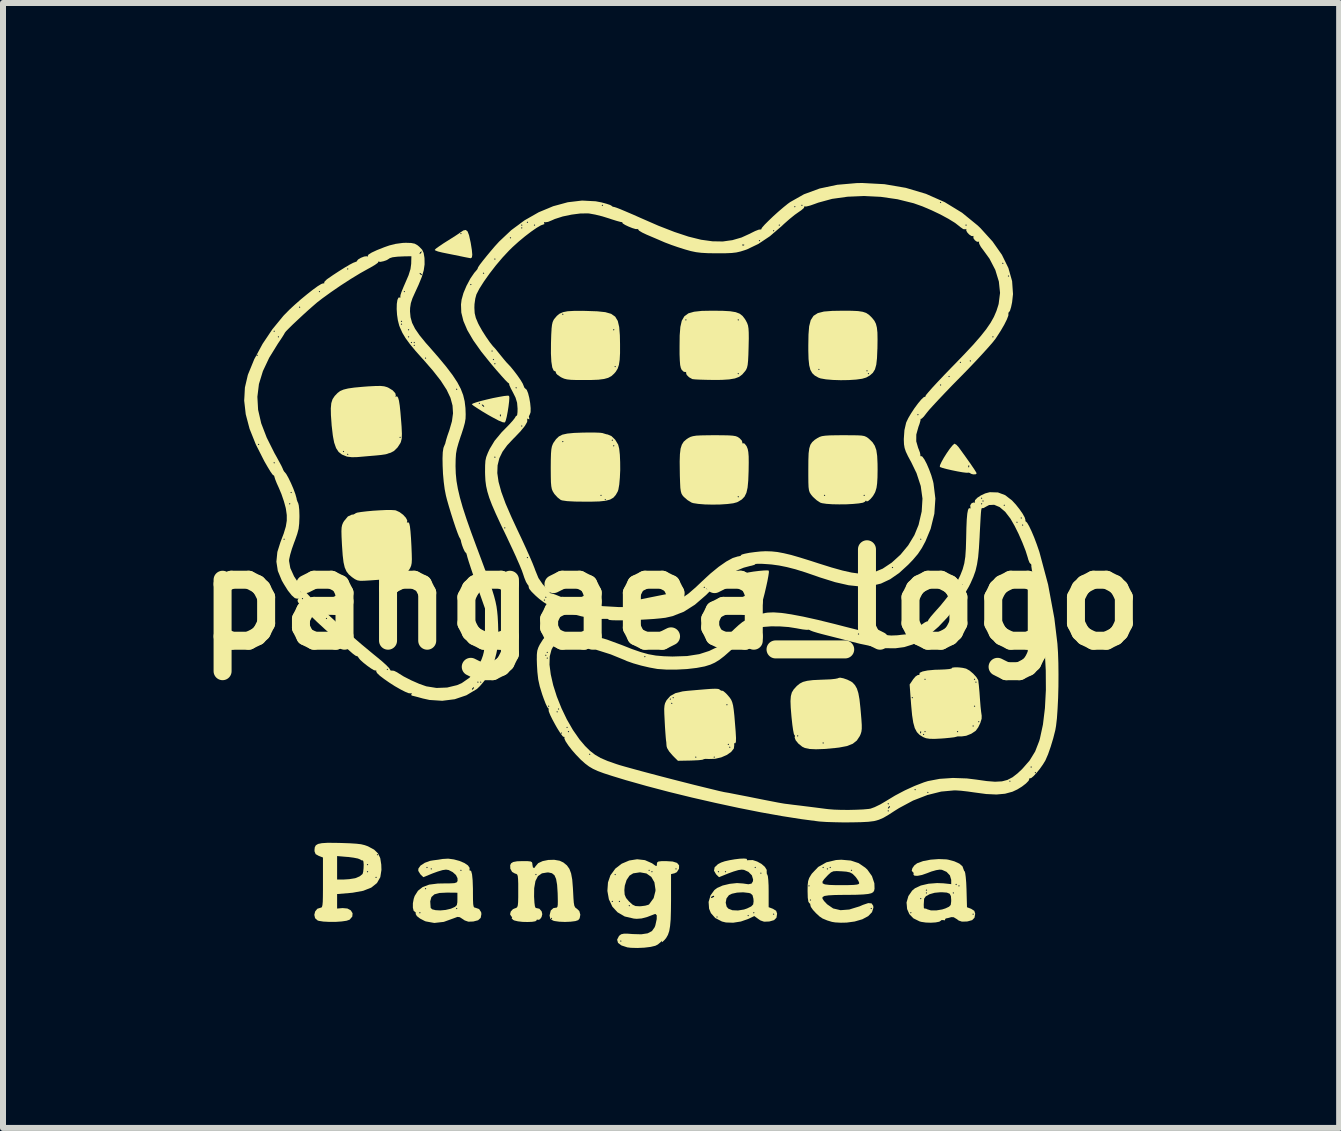
<source format=kicad_pcb>
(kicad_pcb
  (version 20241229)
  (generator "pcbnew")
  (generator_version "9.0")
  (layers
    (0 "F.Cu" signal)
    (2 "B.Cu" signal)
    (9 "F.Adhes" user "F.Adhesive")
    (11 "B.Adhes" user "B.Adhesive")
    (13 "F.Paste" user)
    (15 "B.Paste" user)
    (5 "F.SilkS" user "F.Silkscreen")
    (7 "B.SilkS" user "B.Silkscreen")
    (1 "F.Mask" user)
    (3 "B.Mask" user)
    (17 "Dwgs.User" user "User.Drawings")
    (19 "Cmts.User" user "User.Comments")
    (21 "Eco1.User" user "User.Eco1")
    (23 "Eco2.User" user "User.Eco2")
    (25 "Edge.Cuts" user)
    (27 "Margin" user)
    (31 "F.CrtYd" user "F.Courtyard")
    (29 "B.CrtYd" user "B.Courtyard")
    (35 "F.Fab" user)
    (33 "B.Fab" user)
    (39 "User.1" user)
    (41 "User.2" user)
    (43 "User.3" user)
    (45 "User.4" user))
  (footprint "pangaea_logo"
    (layer "F.Cu")
    (at 8.135 6.94)
    (property "Reference" "pangaea_logo" (at 0 0 0) (layer "F.SilkS") (effects (font (size 1.524 1.524) (thickness 0.3))))
    (attr board_only exclude_from_pos_files exclude_from_bom)
    (fp_poly (pts (xy 0.802 -0.295) (xy 0.79 -0.283) (xy 0.778 -0.295) (xy 0.79 -0.307)) (stroke (width 0) (type solid)) (fill yes) (layer "F.SilkS"))
    (fp_poly (pts (xy 1.63 -0.478) (xy 1.631 -0.45) (xy 1.622 -0.388) (xy 1.606 -0.302) (xy 1.584 -0.202) (xy 1.56 -0.099) (xy 1.535 -0.003) (xy 1.512 0.076) (xy 1.494 0.127) (xy 1.484 0.142) (xy 1.467 0.122) (xy 1.432 0.069) (xy 1.383 -0.01) (xy 1.326 -0.107) (xy 1.314 -0.129) (xy 1.261 -0.224) (xy 1.321 -0.224) (xy 1.332 -0.212) (xy 1.344 -0.224) (xy 1.332 -0.236) (xy 1.321 -0.224) (xy 1.261 -0.224) (xy 1.246 -0.251) (xy 1.204 -0.338) (xy 1.184 -0.393) (xy 1.186 -0.419) (xy 1.187 -0.42) (xy 1.224 -0.434) (xy 1.291 -0.449) (xy 1.377 -0.463) (xy 1.466 -0.474) (xy 1.547 -0.481) (xy 1.607 -0.483)) (stroke (width 0) (type solid)) (fill yes) (layer "F.SilkS"))
    (fp_poly (pts (xy -3.391 -6.132) (xy -3.367 -6.069) (xy -3.344 -5.965) (xy -3.339 -5.942) (xy -3.32 -5.823) (xy -3.313 -5.744) (xy -3.319 -5.7) (xy -3.338 -5.686) (xy -3.344 -5.686) (xy -3.374 -5.692) (xy -3.437 -5.704) (xy -3.519 -5.721) (xy -3.526 -5.723) (xy -3.632 -5.744) (xy -3.741 -5.766) (xy -3.815 -5.781) (xy -3.884 -5.798) (xy -3.928 -5.815) (xy -3.939 -5.824) (xy -3.92 -5.845) (xy -3.869 -5.882) (xy -3.797 -5.931) (xy -3.756 -5.957) (xy -3.667 -6.013) (xy -3.587 -6.064) (xy -3.539 -6.096) (xy -3.514 -6.096) (xy -3.502 -6.085) (xy -3.49 -6.096) (xy -3.502 -6.108) (xy -3.514 -6.096) (xy -3.539 -6.096) (xy -3.53 -6.103) (xy -3.517 -6.112) (xy -3.461 -6.149) (xy -3.421 -6.157)) (stroke (width 0) (type solid)) (fill yes) (layer "F.SilkS"))
    (fp_poly (pts (xy 4.757 -2.576) (xy 4.793 -2.537) (xy 4.908 -2.378) (xy 4.995 -2.255) (xy 5.054 -2.168) (xy 5.087 -2.115) (xy 5.094 -2.098) (xy 5.076 -2.084) (xy 5.035 -2.083) (xy 4.997 -2.094) (xy 4.985 -2.105) (xy 4.958 -2.113) (xy 4.953 -2.111) (xy 4.922 -2.11) (xy 4.858 -2.118) (xy 4.773 -2.133) (xy 4.68 -2.152) (xy 4.593 -2.172) (xy 4.523 -2.191) (xy 4.483 -2.206) (xy 4.48 -2.209) (xy 4.481 -2.217) (xy 4.953 -2.217) (xy 4.961 -2.197) (xy 4.968 -2.201) (xy 4.971 -2.229) (xy 4.968 -2.233) (xy 4.954 -2.229) (xy 4.953 -2.217) (xy 4.481 -2.217) (xy 4.483 -2.236) (xy 4.508 -2.29) (xy 4.547 -2.36) (xy 4.595 -2.436) (xy 4.644 -2.507) (xy 4.688 -2.562) (xy 4.719 -2.591) (xy 4.726 -2.594)) (stroke (width 0) (type solid)) (fill yes) (layer "F.SilkS"))
    (fp_poly (pts (xy -2.7 -3.392) (xy -2.695 -3.361) (xy -2.699 -3.298) (xy -2.709 -3.215) (xy -2.723 -3.126) (xy -2.739 -3.043) (xy -2.755 -2.98) (xy -2.769 -2.949) (xy -2.803 -2.951) (xy -2.874 -2.98) (xy -2.981 -3.037) (xy -3.033 -3.066) (xy -2.854 -3.066) (xy -2.845 -3.047) (xy -2.838 -3.05) (xy -2.835 -3.078) (xy -2.838 -3.082) (xy -2.852 -3.078) (xy -2.854 -3.066) (xy -3.033 -3.066) (xy -3.054 -3.078) (xy -3.153 -3.137) (xy -3.235 -3.189) (xy -3.293 -3.228) (xy -3.317 -3.248) (xy -3.156 -3.248) (xy -3.151 -3.235) (xy -3.127 -3.209) (xy -3.113 -3.215) (xy -3.113 -3.218) (xy -3.13 -3.238) (xy -3.14 -3.245) (xy -3.156 -3.248) (xy -3.317 -3.248) (xy -3.32 -3.25) (xy -3.32 -3.251) (xy -3.302 -3.265) (xy -3.297 -3.266) (xy -3.207 -3.266) (xy -3.196 -3.255) (xy -3.184 -3.266) (xy -3.196 -3.278) (xy -3.207 -3.266) (xy -3.297 -3.266) (xy -3.247 -3.284) (xy -3.167 -3.307) (xy -3.07 -3.331) (xy -2.967 -3.355) (xy -2.869 -3.374) (xy -2.784 -3.389) (xy -2.724 -3.395)) (stroke (width 0) (type solid)) (fill yes) (layer "F.SilkS"))
    (fp_poly (pts (xy -4.599 -1.485) (xy -4.586 -1.482) (xy -4.525 -1.454) (xy -4.466 -1.41) (xy -4.42 -1.36) (xy -4.397 -1.316) (xy -4.399 -1.295) (xy -4.404 -1.277) (xy -4.393 -1.282) (xy -4.376 -1.283) (xy -4.363 -1.263) (xy -4.352 -1.214) (xy -4.343 -1.133) (xy -4.334 -1.014) (xy -4.327 -0.884) (xy -4.322 -0.757) (xy -4.32 -0.667) (xy -4.323 -0.605) (xy -4.332 -0.561) (xy -4.347 -0.525) (xy -4.36 -0.502) (xy -4.394 -0.454) (xy -4.432 -0.417) (xy -4.481 -0.388) (xy -4.547 -0.366) (xy -4.636 -0.349) (xy -4.757 -0.335) (xy -4.914 -0.323) (xy -5.012 -0.316) (xy -5.113 -0.31) (xy -5.181 -0.309) (xy -5.228 -0.317) (xy -5.269 -0.336) (xy -5.315 -0.368) (xy -5.319 -0.371) (xy -5.371 -0.415) (xy -5.41 -0.466) (xy -5.439 -0.531) (xy -5.459 -0.618) (xy -5.473 -0.735) (xy -5.484 -0.89) (xy -5.486 -0.924) (xy -5.492 -1.048) (xy -5.494 -1.136) (xy -5.491 -1.197) (xy -5.482 -1.24) (xy -5.467 -1.277) (xy -5.45 -1.305) (xy -5.386 -1.382) (xy -5.318 -1.413) (xy -5.297 -1.413) (xy -5.266 -1.428) (xy -5.262 -1.433) (xy -5.233 -1.445) (xy -5.167 -1.456) (xy -5.075 -1.467) (xy -4.968 -1.477) (xy -4.856 -1.484) (xy -4.751 -1.489) (xy -4.661 -1.489)) (stroke (width 0) (type solid)) (fill yes) (layer "F.SilkS"))
    (fp_poly (pts (xy 3.011 -4.81) (xy 3.117 -4.805) (xy 3.195 -4.793) (xy 3.252 -4.774) (xy 3.299 -4.743) (xy 3.344 -4.699) (xy 3.354 -4.688) (xy 3.39 -4.643) (xy 3.415 -4.593) (xy 3.431 -4.53) (xy 3.44 -4.446) (xy 3.442 -4.331) (xy 3.44 -4.179) (xy 3.439 -4.168) (xy 3.433 -4.02) (xy 3.421 -3.912) (xy 3.399 -3.833) (xy 3.364 -3.776) (xy 3.314 -3.732) (xy 3.253 -3.697) (xy 3.186 -3.677) (xy 3.085 -3.663) (xy 2.962 -3.655) (xy 2.829 -3.653) (xy 2.698 -3.657) (xy 2.581 -3.667) (xy 2.491 -3.683) (xy 2.456 -3.696) (xy 2.396 -3.73) (xy 2.362 -3.762) (xy 3.278 -3.762) (xy 3.29 -3.75) (xy 3.302 -3.762) (xy 3.29 -3.773) (xy 3.278 -3.762) (xy 2.362 -3.762) (xy 2.353 -3.771) (xy 2.332 -3.809) (xy 3.255 -3.809) (xy 3.266 -3.797) (xy 3.278 -3.809) (xy 3.266 -3.821) (xy 3.255 -3.809) (xy 2.332 -3.809) (xy 2.322 -3.825) (xy 2.321 -3.832) (xy 2.453 -3.832) (xy 2.465 -3.821) (xy 2.476 -3.832) (xy 2.465 -3.844) (xy 2.453 -3.832) (xy 2.321 -3.832) (xy 2.303 -3.901) (xy 2.292 -4.005) (xy 2.288 -4.145) (xy 2.288 -4.233) (xy 2.291 -4.413) (xy 2.302 -4.551) (xy 2.328 -4.653) (xy 2.374 -4.725) (xy 2.446 -4.771) (xy 2.548 -4.797) (xy 2.686 -4.808) (xy 2.866 -4.811) (xy 2.866 -4.811)) (stroke (width 0) (type solid)) (fill yes) (layer "F.SilkS"))
    (fp_poly (pts (xy 0.861 -2.735) (xy 0.961 -2.733) (xy 1.03 -2.728) (xy 1.078 -2.72) (xy 1.111 -2.707) (xy 1.139 -2.688) (xy 1.141 -2.687) (xy 1.179 -2.647) (xy 1.189 -2.615) (xy 1.188 -2.612) (xy 1.187 -2.598) (xy 1.198 -2.603) (xy 1.226 -2.596) (xy 1.259 -2.553) (xy 1.262 -2.546) (xy 1.278 -2.506) (xy 1.288 -2.455) (xy 1.294 -2.382) (xy 1.295 -2.28) (xy 1.293 -2.139) (xy 1.293 -2.138) (xy 1.287 -1.98) (xy 1.276 -1.862) (xy 1.256 -1.775) (xy 1.225 -1.712) (xy 1.18 -1.665) (xy 1.118 -1.627) (xy 1.099 -1.618) (xy 1.036 -1.601) (xy 0.939 -1.589) (xy 0.819 -1.581) (xy 0.69 -1.579) (xy 0.564 -1.582) (xy 0.453 -1.591) (xy 0.369 -1.604) (xy 0.342 -1.613) (xy 0.275 -1.654) (xy 0.213 -1.708) (xy 0.212 -1.709) (xy 0.211 -1.71) (xy 1.108 -1.71) (xy 1.12 -1.698) (xy 1.132 -1.71) (xy 1.12 -1.722) (xy 1.108 -1.71) (xy 0.211 -1.71) (xy 0.19 -1.735) (xy 0.174 -1.763) (xy 0.163 -1.802) (xy 0.155 -1.858) (xy 0.151 -1.942) (xy 0.147 -2.06) (xy 0.146 -2.134) (xy 0.144 -2.297) (xy 0.148 -2.42) (xy 0.159 -2.512) (xy 0.18 -2.578) (xy 0.211 -2.628) (xy 0.257 -2.668) (xy 0.29 -2.69) (xy 0.325 -2.708) (xy 0.366 -2.72) (xy 0.423 -2.729) (xy 0.503 -2.733) (xy 0.615 -2.735) (xy 0.722 -2.736)) (stroke (width 0) (type solid)) (fill yes) (layer "F.SilkS"))
    (fp_poly (pts (xy 2.873 1.316) (xy 2.939 1.339) (xy 3 1.369) (xy 3.027 1.388) (xy 3.067 1.432) (xy 3.098 1.487) (xy 3.122 1.562) (xy 3.141 1.666) (xy 3.156 1.805) (xy 3.162 1.87) (xy 3.173 2) (xy 3.179 2.093) (xy 3.179 2.158) (xy 3.173 2.206) (xy 3.161 2.245) (xy 3.146 2.279) (xy 3.097 2.353) (xy 3.029 2.407) (xy 2.934 2.445) (xy 2.803 2.47) (xy 2.743 2.477) (xy 2.559 2.494) (xy 2.416 2.499) (xy 2.308 2.494) (xy 2.23 2.477) (xy 2.186 2.456) (xy 2.122 2.404) (xy 2.114 2.394) (xy 2.523 2.394) (xy 2.535 2.406) (xy 2.547 2.394) (xy 2.535 2.382) (xy 2.523 2.394) (xy 2.114 2.394) (xy 2.078 2.35) (xy 2.06 2.303) (xy 2.064 2.288) (xy 2.064 2.276) (xy 2.099 2.276) (xy 2.111 2.288) (xy 2.123 2.276) (xy 2.111 2.264) (xy 2.099 2.276) (xy 2.064 2.276) (xy 2.064 2.266) (xy 2.057 2.264) (xy 2.047 2.242) (xy 2.035 2.181) (xy 2.022 2.091) (xy 2.01 1.98) (xy 2.007 1.951) (xy 1.995 1.804) (xy 1.991 1.695) (xy 1.997 1.614) (xy 2.013 1.553) (xy 2.043 1.503) (xy 2.087 1.454) (xy 2.1 1.441) (xy 2.147 1.403) (xy 2.2 1.376) (xy 2.27 1.358) (xy 2.365 1.346) (xy 2.494 1.34) (xy 2.571 1.337) (xy 2.664 1.333) (xy 2.737 1.325) (xy 2.78 1.316) (xy 2.786 1.312) (xy 2.817 1.305)) (stroke (width 0) (type solid)) (fill yes) (layer "F.SilkS"))
    (fp_poly (pts (xy -1.403 -4.807) (xy -1.229 -4.801) (xy -1.096 -4.787) (xy -0.998 -4.759) (xy -0.931 -4.712) (xy -0.888 -4.641) (xy -0.864 -4.539) (xy -0.853 -4.401) (xy -0.85 -4.255) (xy -0.85 -4.104) (xy -0.856 -3.992) (xy -0.869 -3.908) (xy -0.89 -3.845) (xy -0.922 -3.793) (xy -0.949 -3.762) (xy -0.994 -3.721) (xy -1.048 -3.692) (xy -1.117 -3.673) (xy -1.211 -3.661) (xy -1.338 -3.656) (xy -1.446 -3.656) (xy -1.576 -3.656) (xy -1.668 -3.659) (xy -1.733 -3.666) (xy -1.781 -3.678) (xy -1.822 -3.696) (xy -1.846 -3.71) (xy -1.896 -3.745) (xy -1.92 -3.773) (xy -1.919 -3.78) (xy -1.92 -3.796) (xy -1.927 -3.797) (xy -1.958 -3.815) (xy -1.981 -3.869) (xy -1.982 -3.88) (xy -0.943 -3.88) (xy -0.932 -3.868) (xy -0.92 -3.88) (xy -0.932 -3.891) (xy -0.943 -3.88) (xy -1.982 -3.88) (xy -1.995 -3.962) (xy -2.002 -4.097) (xy -2.001 -4.272) (xy -1.997 -4.409) (xy -1.992 -4.493) (xy -0.967 -4.493) (xy -0.955 -4.481) (xy -0.943 -4.493) (xy -0.955 -4.505) (xy -0.967 -4.493) (xy -1.992 -4.493) (xy -1.992 -4.508) (xy -1.984 -4.576) (xy -1.973 -4.623) (xy -1.957 -4.658) (xy -1.946 -4.674) (xy -1.903 -4.725) (xy -1.87 -4.752) (xy -1.816 -4.752) (xy -1.804 -4.74) (xy -1.792 -4.752) (xy -1.804 -4.764) (xy -1.816 -4.752) (xy -1.87 -4.752) (xy -1.857 -4.762) (xy -1.8 -4.787) (xy -1.724 -4.802) (xy -1.62 -4.808) (xy -1.481 -4.809)) (stroke (width 0) (type solid)) (fill yes) (layer "F.SilkS"))
    (fp_poly (pts (xy 3.009 -2.735) (xy 3.107 -2.734) (xy 3.175 -2.73) (xy 3.221 -2.722) (xy 3.254 -2.708) (xy 3.283 -2.689) (xy 3.303 -2.672) (xy 3.358 -2.619) (xy 3.396 -2.56) (xy 3.422 -2.487) (xy 3.436 -2.39) (xy 3.442 -2.26) (xy 3.443 -2.165) (xy 3.441 -2.03) (xy 3.435 -1.932) (xy 3.425 -1.86) (xy 3.408 -1.802) (xy 3.398 -1.777) (xy 3.366 -1.722) (xy 3.326 -1.674) (xy 3.288 -1.641) (xy 3.262 -1.631) (xy 3.254 -1.644) (xy 3.244 -1.644) (xy 3.232 -1.627) (xy 3.199 -1.611) (xy 3.129 -1.599) (xy 3.033 -1.59) (xy 2.921 -1.584) (xy 2.803 -1.583) (xy 2.689 -1.585) (xy 2.59 -1.592) (xy 2.516 -1.603) (xy 2.488 -1.612) (xy 2.427 -1.652) (xy 2.364 -1.709) (xy 2.353 -1.723) (xy 2.344 -1.733) (xy 2.547 -1.733) (xy 2.559 -1.722) (xy 2.571 -1.733) (xy 3.207 -1.733) (xy 3.219 -1.722) (xy 3.231 -1.733) (xy 3.219 -1.745) (xy 3.207 -1.733) (xy 2.571 -1.733) (xy 2.559 -1.745) (xy 2.547 -1.733) (xy 2.344 -1.733) (xy 2.328 -1.754) (xy 2.31 -1.784) (xy 2.299 -1.82) (xy 2.292 -1.872) (xy 2.289 -1.948) (xy 2.288 -2.057) (xy 2.288 -2.163) (xy 2.289 -2.318) (xy 2.293 -2.433) (xy 2.304 -2.516) (xy 2.323 -2.577) (xy 2.353 -2.621) (xy 2.395 -2.659) (xy 2.44 -2.688) (xy 2.475 -2.707) (xy 2.515 -2.72) (xy 2.57 -2.728) (xy 2.646 -2.733) (xy 2.754 -2.735) (xy 2.872 -2.736)) (stroke (width 0) (type solid)) (fill yes) (layer "F.SilkS"))
    (fp_poly (pts (xy 0.865 -4.809) (xy 0.987 -4.802) (xy 1.077 -4.787) (xy 1.143 -4.762) (xy 1.192 -4.724) (xy 1.232 -4.672) (xy 1.248 -4.645) (xy 1.269 -4.604) (xy 1.283 -4.564) (xy 1.291 -4.514) (xy 1.295 -4.446) (xy 1.296 -4.349) (xy 1.293 -4.215) (xy 1.293 -4.211) (xy 1.289 -4.074) (xy 1.284 -3.976) (xy 1.277 -3.907) (xy 1.266 -3.86) (xy 1.25 -3.825) (xy 1.236 -3.805) (xy 1.188 -3.749) (xy 1.134 -3.708) (xy 1.064 -3.682) (xy 0.97 -3.666) (xy 0.845 -3.658) (xy 0.708 -3.657) (xy 0.587 -3.659) (xy 0.482 -3.662) (xy 0.403 -3.666) (xy 0.358 -3.671) (xy 0.354 -3.672) (xy 0.3 -3.702) (xy 0.261 -3.741) (xy 0.254 -3.762) (xy 1.108 -3.762) (xy 1.12 -3.75) (xy 1.132 -3.762) (xy 1.12 -3.773) (xy 1.108 -3.762) (xy 0.254 -3.762) (xy 0.25 -3.775) (xy 0.252 -3.78) (xy 0.251 -3.793) (xy 0.241 -3.788) (xy 0.211 -3.794) (xy 0.178 -3.825) (xy 0.163 -3.857) (xy 0.152 -3.906) (xy 0.146 -3.98) (xy 0.142 -4.086) (xy 0.142 -4.216) (xy 0.144 -4.399) (xy 0.155 -4.54) (xy 0.179 -4.645) (xy 0.187 -4.658) (xy 0.236 -4.658) (xy 0.248 -4.646) (xy 0.259 -4.658) (xy 1.108 -4.658) (xy 1.12 -4.646) (xy 1.132 -4.658) (xy 1.12 -4.67) (xy 1.108 -4.658) (xy 0.259 -4.658) (xy 0.248 -4.67) (xy 0.236 -4.658) (xy 0.187 -4.658) (xy 0.222 -4.718) (xy 0.289 -4.767) (xy 0.384 -4.794) (xy 0.513 -4.808) (xy 0.681 -4.811) (xy 0.704 -4.811)) (stroke (width 0) (type solid)) (fill yes) (layer "F.SilkS"))
    (fp_poly (pts (xy -4.782 -3.551) (xy -4.733 -3.537) (xy -4.707 -3.525) (xy -4.639 -3.483) (xy -4.596 -3.436) (xy -4.587 -3.396) (xy -4.594 -3.384) (xy -4.594 -3.376) (xy -4.583 -3.381) (xy -4.564 -3.382) (xy -4.549 -3.36) (xy -4.535 -3.311) (xy -4.522 -3.229) (xy -4.51 -3.111) (xy -4.497 -2.953) (xy -4.491 -2.874) (xy -4.486 -2.76) (xy -4.489 -2.68) (xy -4.503 -2.624) (xy -4.512 -2.603) (xy -4.56 -2.53) (xy -4.618 -2.473) (xy -4.671 -2.445) (xy -4.673 -2.444) (xy -4.72 -2.43) (xy -4.729 -2.425) (xy -4.762 -2.417) (xy -4.829 -2.407) (xy -4.918 -2.398) (xy -4.941 -2.396) (xy -5.048 -2.387) (xy -5.151 -2.378) (xy -5.231 -2.371) (xy -5.236 -2.371) (xy -5.318 -2.369) (xy -5.393 -2.378) (xy -5.409 -2.382) (xy -5.484 -2.413) (xy -5.49 -2.417) (xy -5.401 -2.417) (xy -5.389 -2.406) (xy -5.377 -2.417) (xy -5.389 -2.429) (xy -5.401 -2.417) (xy -5.49 -2.417) (xy -5.541 -2.457) (xy -5.546 -2.465) (xy -5.471 -2.465) (xy -5.46 -2.453) (xy -5.448 -2.465) (xy -5.46 -2.476) (xy -5.471 -2.465) (xy -5.546 -2.465) (xy -5.583 -2.521) (xy -5.615 -2.612) (xy -5.632 -2.7) (xy -4.528 -2.7) (xy -4.516 -2.689) (xy -4.505 -2.7) (xy -4.516 -2.712) (xy -4.528 -2.7) (xy -5.632 -2.7) (xy -5.638 -2.736) (xy -5.657 -2.9) (xy -5.658 -2.917) (xy -5.669 -3.07) (xy -5.671 -3.184) (xy -5.663 -3.27) (xy -5.642 -3.336) (xy -5.606 -3.39) (xy -5.558 -3.44) (xy -5.516 -3.472) (xy -5.46 -3.496) (xy -5.383 -3.515) (xy -5.278 -3.53) (xy -5.137 -3.543) (xy -5.044 -3.55) (xy -4.926 -3.556) (xy -4.842 -3.557)) (stroke (width 0) (type solid)) (fill yes) (layer "F.SilkS"))
    (fp_poly (pts (xy -1.26 -2.78) (xy -1.182 -2.777) (xy -1.139 -2.771) (xy -1.138 -2.77) (xy -1.079 -2.752) (xy -1.056 -2.748) (xy -0.993 -2.721) (xy -0.931 -2.661) (xy -0.883 -2.581) (xy -0.881 -2.577) (xy -0.864 -2.51) (xy -0.853 -2.409) (xy -0.848 -2.287) (xy -0.847 -2.155) (xy -0.853 -2.027) (xy -0.863 -1.914) (xy -0.878 -1.829) (xy -0.888 -1.799) (xy -0.922 -1.739) (xy -0.962 -1.694) (xy -1.016 -1.663) (xy -1.091 -1.643) (xy -1.195 -1.632) (xy -1.335 -1.628) (xy -1.427 -1.628) (xy -1.603 -1.63) (xy -1.732 -1.637) (xy -1.814 -1.649) (xy -1.839 -1.657) (xy -1.846 -1.663) (xy -1.108 -1.663) (xy -1.097 -1.651) (xy -1.085 -1.663) (xy -1.097 -1.674) (xy -1.108 -1.663) (xy -1.846 -1.663) (xy -1.89 -1.697) (xy -1.923 -1.733) (xy -1.179 -1.733) (xy -1.167 -1.722) (xy -1.156 -1.733) (xy -1.167 -1.745) (xy -1.179 -1.733) (xy -1.923 -1.733) (xy -1.943 -1.755) (xy -1.951 -1.767) (xy -1.972 -1.801) (xy -1.987 -1.838) (xy -1.996 -1.885) (xy -2.002 -1.952) (xy -2.004 -2.048) (xy -2.005 -2.181) (xy -2.005 -2.191) (xy -2.004 -2.33) (xy -2.001 -2.43) (xy -1.995 -2.501) (xy -1.985 -2.552) (xy -1.982 -2.559) (xy -0.967 -2.559) (xy -0.955 -2.547) (xy -0.943 -2.559) (xy -0.955 -2.571) (xy -0.967 -2.559) (xy -1.982 -2.559) (xy -1.97 -2.59) (xy -1.959 -2.611) (xy -1.945 -2.63) (xy -1.816 -2.63) (xy -1.804 -2.618) (xy -1.792 -2.63) (xy -1.804 -2.641) (xy -1.816 -2.63) (xy -1.945 -2.63) (xy -1.929 -2.653) (xy -0.991 -2.653) (xy -0.979 -2.641) (xy -0.967 -2.653) (xy -0.979 -2.665) (xy -0.991 -2.653) (xy -1.929 -2.653) (xy -1.916 -2.671) (xy -1.87 -2.715) (xy -1.811 -2.745) (xy -1.73 -2.763) (xy -1.618 -2.774) (xy -1.481 -2.779) (xy -1.363 -2.781)) (stroke (width 0) (type solid)) (fill yes) (layer "F.SilkS"))
    (fp_poly (pts (xy -5.593 4.059) (xy -5.498 4.061) (xy -5.353 4.066) (xy -5.246 4.073) (xy -5.167 4.082) (xy -5.106 4.097) (xy -5.053 4.116) (xy -5.047 4.119) (xy -4.949 4.172) (xy -4.885 4.234) (xy -4.847 4.313) (xy -4.83 4.421) (xy -4.827 4.51) (xy -4.846 4.631) (xy -4.902 4.729) (xy -4.997 4.805) (xy -5.131 4.858) (xy -5.307 4.89) (xy -5.36 4.895) (xy -5.566 4.912) (xy -5.566 5.154) (xy -5.475 5.146) (xy -5.395 5.153) (xy -5.337 5.185) (xy -5.308 5.233) (xy -5.313 5.288) (xy -5.358 5.34) (xy -5.359 5.34) (xy -5.408 5.357) (xy -5.49 5.369) (xy -5.591 5.376) (xy -5.697 5.376) (xy -5.795 5.371) (xy -5.87 5.359) (xy -5.89 5.353) (xy -5.933 5.315) (xy -5.946 5.259) (xy -5.932 5.202) (xy -5.895 5.157) (xy -5.844 5.141) (xy -5.829 5.138) (xy -5.818 5.125) (xy -5.81 5.094) (xy -5.805 5.04) (xy -5.803 4.957) (xy -5.802 4.837) (xy -5.802 4.722) (xy -5.802 4.67) (xy -5.566 4.67) (xy -5.454 4.67) (xy -5.363 4.664) (xy -5.275 4.65) (xy -5.254 4.645) (xy -5.229 4.634) (xy -4.929 4.634) (xy -4.917 4.646) (xy -4.905 4.634) (xy -4.917 4.622) (xy -4.929 4.634) (xy -5.229 4.634) (xy -5.19 4.617) (xy -5.145 4.581) (xy -5.141 4.575) (xy -5.131 4.54) (xy -5.071 4.54) (xy -5.059 4.552) (xy -5.047 4.54) (xy -5.059 4.528) (xy -5.071 4.54) (xy -5.131 4.54) (xy -5.131 4.537) (xy -5.125 4.481) (xy -5.123 4.422) (xy -5.071 4.422) (xy -5.059 4.434) (xy -5.047 4.422) (xy -5.059 4.41) (xy -5.071 4.422) (xy -5.123 4.422) (xy -5.123 4.421) (xy -5.127 4.373) (xy -5.135 4.352) (xy -5.139 4.353) (xy -5.162 4.349) (xy -5.182 4.335) (xy -5.22 4.32) (xy -5.291 4.306) (xy -5.38 4.294) (xy -5.39 4.294) (xy -5.566 4.279) (xy -5.566 4.67) (xy -5.802 4.67) (xy -5.802 4.303) (xy -5.872 4.276) (xy -5.906 4.257) (xy -4.905 4.257) (xy -4.894 4.269) (xy -4.882 4.257) (xy -4.894 4.245) (xy -4.905 4.257) (xy -5.906 4.257) (xy -5.924 4.247) (xy -5.942 4.202) (xy -5.943 4.177) (xy -5.938 4.132) (xy -5.92 4.099) (xy -5.883 4.077) (xy -5.82 4.064) (xy -5.725 4.058)) (stroke (width 0) (type solid)) (fill yes) (layer "F.SilkS"))
    (fp_poly (pts (xy 0.776 1.492) (xy 0.8 1.497) (xy 0.812 1.506) (xy 0.812 1.507) (xy 0.839 1.524) (xy 0.849 1.521) (xy 0.874 1.531) (xy 0.917 1.568) (xy 0.95 1.604) (xy 0.98 1.64) (xy 1.003 1.675) (xy 1.02 1.716) (xy 1.034 1.769) (xy 1.045 1.843) (xy 1.056 1.944) (xy 1.067 2.08) (xy 1.077 2.203) (xy 1.083 2.311) (xy 1.081 2.375) (xy 1.072 2.399) (xy 1.067 2.397) (xy 1.051 2.401) (xy 1.054 2.428) (xy 1.047 2.486) (xy 1.002 2.543) (xy 0.929 2.594) (xy 0.837 2.634) (xy 0.734 2.658) (xy 0.632 2.661) (xy 0.575 2.659) (xy 0.544 2.664) (xy 0.542 2.667) (xy 0.521 2.674) (xy 0.462 2.681) (xy 0.377 2.685) (xy 0.329 2.687) (xy 0.115 2.691) (xy 0.053 2.63) (xy 0.401 2.63) (xy 0.413 2.641) (xy 0.425 2.63) (xy 0.708 2.63) (xy 0.719 2.641) (xy 0.731 2.63) (xy 0.719 2.618) (xy 0.708 2.63) (xy 0.425 2.63) (xy 0.413 2.618) (xy 0.401 2.63) (xy 0.053 2.63) (xy 0.022 2.598) (xy -0.031 2.536) (xy -0.066 2.478) (xy -0.069 2.465) (xy 0.967 2.465) (xy 0.979 2.476) (xy 0.991 2.465) (xy 0.979 2.453) (xy 0.967 2.465) (xy -0.069 2.465) (xy -0.074 2.45) (xy -0.077 2.417) (xy 0.943 2.417) (xy 0.955 2.429) (xy 0.967 2.417) (xy 0.955 2.406) (xy 0.943 2.417) (xy -0.077 2.417) (xy -0.079 2.383) (xy -0.084 2.347) (xy -0.088 2.305) (xy -0.094 2.228) (xy -0.101 2.126) (xy -0.106 2.028) (xy -0.112 1.909) (xy -0.114 1.827) (xy -0.109 1.77) (xy -0.106 1.757) (xy 0.92 1.757) (xy 0.932 1.769) (xy 0.943 1.757) (xy 0.932 1.745) (xy 0.92 1.757) (xy -0.106 1.757) (xy -0.1 1.733) (xy 0 1.733) (xy 0.012 1.745) (xy 0.024 1.733) (xy 0.012 1.722) (xy 0 1.733) (xy -0.1 1.733) (xy -0.098 1.728) (xy -0.08 1.691) (xy -0.072 1.679) (xy -0.058 1.663) (xy -0.024 1.663) (xy -0.012 1.674) (xy 0 1.663) (xy -0.012 1.651) (xy -0.024 1.663) (xy -0.058 1.663) (xy -0.037 1.639) (xy 0.024 1.639) (xy 0.035 1.651) (xy 0.047 1.639) (xy 0.035 1.627) (xy 0.024 1.639) (xy -0.037 1.639) (xy -0.011 1.61) (xy 0.075 1.563) (xy 0.194 1.534) (xy 0.271 1.525) (xy 0.443 1.51) (xy 0.574 1.499) (xy 0.669 1.492) (xy 0.734 1.49)) (stroke (width 0) (type solid)) (fill yes) (layer "F.SilkS"))
    (fp_poly (pts (xy -1.856 4.357) (xy -1.793 4.387) (xy -1.735 4.435) (xy -1.694 4.493) (xy -1.666 4.568) (xy -1.647 4.67) (xy -1.636 4.808) (xy -1.633 4.858) (xy -1.627 4.976) (xy -1.621 5.056) (xy -1.612 5.106) (xy -1.598 5.135) (xy -1.579 5.151) (xy -1.571 5.155) (xy -1.529 5.195) (xy -1.512 5.256) (xy -1.523 5.316) (xy -1.547 5.347) (xy -1.595 5.363) (xy -1.674 5.373) (xy -1.769 5.377) (xy -1.863 5.373) (xy -1.941 5.362) (xy -1.968 5.354) (xy -2.013 5.324) (xy -2.014 5.318) (xy -2.005 5.318) (xy -1.993 5.33) (xy -1.981 5.318) (xy -1.993 5.306) (xy -2.005 5.318) (xy -2.014 5.318) (xy -2.024 5.272) (xy -2.024 5.266) (xy -2.005 5.187) (xy -1.962 5.147) (xy -1.928 5.141) (xy -1.907 5.139) (xy -1.894 5.125) (xy -1.888 5.091) (xy -1.887 5.03) (xy -1.889 4.932) (xy -1.89 4.896) (xy -1.899 4.758) (xy -1.916 4.661) (xy -1.943 4.599) (xy -1.985 4.565) (xy -2.044 4.552) (xy -2.062 4.552) (xy -2.152 4.567) (xy -2.218 4.613) (xy -2.26 4.695) (xy -2.281 4.814) (xy -2.283 4.954) (xy -2.277 5.055) (xy -2.269 5.116) (xy -2.256 5.144) (xy -2.244 5.146) (xy -2.194 5.157) (xy -2.157 5.2) (xy -2.146 5.247) (xy -2.158 5.296) (xy -2.185 5.333) (xy -2.215 5.343) (xy -2.225 5.338) (xy -2.239 5.34) (xy -2.24 5.35) (xy -2.262 5.366) (xy -2.316 5.375) (xy -2.392 5.378) (xy -2.475 5.376) (xy -2.552 5.367) (xy -2.611 5.353) (xy -2.631 5.343) (xy -2.657 5.317) (xy -2.653 5.307) (xy -2.648 5.296) (xy -2.662 5.285) (xy -2.683 5.25) (xy -2.672 5.204) (xy -2.636 5.165) (xy -2.604 5.151) (xy -2.58 5.143) (xy -2.564 5.129) (xy -2.554 5.1) (xy -2.549 5.048) (xy -2.547 4.964) (xy -2.547 4.857) (xy -2.547 4.739) (xy -2.55 4.66) (xy -2.555 4.611) (xy -2.565 4.587) (xy -2.264 4.587) (xy -2.252 4.599) (xy -2.24 4.587) (xy -2.252 4.575) (xy -2.264 4.587) (xy -2.565 4.587) (xy -2.565 4.586) (xy -2.582 4.575) (xy -2.6 4.571) (xy -2.649 4.543) (xy -2.679 4.49) (xy -2.681 4.431) (xy -2.666 4.4) (xy -2.631 4.378) (xy -2.566 4.366) (xy -2.473 4.363) (xy -2.388 4.364) (xy -2.34 4.369) (xy -2.318 4.382) (xy -2.311 4.408) (xy -2.311 4.422) (xy -2.302 4.469) (xy -2.28 4.479) (xy -2.256 4.446) (xy -2.255 4.445) (xy -2.214 4.397) (xy -2.14 4.363) (xy -2.047 4.344) (xy -1.948 4.341)) (stroke (width 0) (type solid)) (fill yes) (layer "F.SilkS"))
    (fp_poly (pts (xy -3.619 4.335) (xy -3.526 4.36) (xy -3.444 4.395) (xy -3.385 4.435) (xy -3.357 4.476) (xy -3.359 4.497) (xy -3.36 4.52) (xy -3.352 4.518) (xy -3.332 4.528) (xy -3.317 4.583) (xy -3.307 4.682) (xy -3.302 4.824) (xy -3.302 4.897) (xy -3.301 5.007) (xy -3.298 5.078) (xy -3.291 5.119) (xy -3.278 5.137) (xy -3.259 5.141) (xy -3.199 5.162) (xy -3.165 5.215) (xy -3.161 5.246) (xy -3.173 5.31) (xy -3.216 5.349) (xy -3.297 5.37) (xy -3.3 5.37) (xy -3.378 5.373) (xy -3.439 5.352) (xy -3.47 5.331) (xy -3.521 5.298) (xy -3.56 5.293) (xy -3.611 5.312) (xy -3.616 5.314) (xy -3.788 5.376) (xy -3.946 5.394) (xy -4.089 5.368) (xy -4.11 5.359) (xy -4.183 5.321) (xy -4.236 5.28) (xy -4.257 5.244) (xy -4.255 5.233) (xy -4.257 5.224) (xy -4.198 5.224) (xy -4.186 5.236) (xy -4.174 5.224) (xy -4.186 5.212) (xy -4.198 5.224) (xy -4.257 5.224) (xy -4.258 5.213) (xy -4.265 5.212) (xy -4.29 5.192) (xy -4.303 5.139) (xy -4.303 5.067) (xy -4.297 5.034) (xy -4.014 5.034) (xy -4.007 5.137) (xy -4.007 5.142) (xy -3.981 5.167) (xy -3.923 5.181) (xy -3.844 5.185) (xy -3.757 5.177) (xy -3.675 5.158) (xy -3.663 5.153) (xy -3.585 5.153) (xy -3.573 5.165) (xy -3.561 5.153) (xy -3.573 5.141) (xy -3.585 5.153) (xy -3.663 5.153) (xy -3.659 5.152) (xy -3.6 5.125) (xy -3.571 5.097) (xy -3.562 5.05) (xy -3.561 5.001) (xy -3.561 4.89) (xy -3.733 4.888) (xy -3.859 4.894) (xy -3.944 4.917) (xy -3.994 4.962) (xy -4.014 5.034) (xy -4.297 5.034) (xy -4.289 4.991) (xy -4.273 4.944) (xy -4.218 4.857) (xy -4.175 4.823) (xy -4.104 4.823) (xy -4.092 4.835) (xy -4.08 4.823) (xy -4.092 4.811) (xy -4.104 4.823) (xy -4.175 4.823) (xy -4.139 4.795) (xy -4.031 4.755) (xy -3.887 4.737) (xy -3.782 4.735) (xy -3.676 4.734) (xy -3.609 4.73) (xy -3.572 4.717) (xy -3.558 4.694) (xy -3.559 4.656) (xy -3.56 4.646) (xy -3.585 4.595) (xy -3.64 4.546) (xy -3.699 4.516) (xy -3.514 4.516) (xy -3.502 4.528) (xy -3.49 4.516) (xy -3.502 4.505) (xy -3.514 4.516) (xy -3.699 4.516) (xy -3.707 4.512) (xy -3.751 4.505) (xy -3.808 4.513) (xy -3.889 4.537) (xy -3.974 4.568) (xy -4.129 4.631) (xy -4.178 4.583) (xy -4.213 4.526) (xy -4.212 4.493) (xy -4.009 4.493) (xy -3.997 4.505) (xy -3.986 4.493) (xy -3.997 4.481) (xy -4.009 4.493) (xy -4.212 4.493) (xy -4.212 4.489) (xy -4.198 4.469) (xy -4.08 4.469) (xy -4.068 4.481) (xy -4.056 4.469) (xy -4.068 4.457) (xy -4.08 4.469) (xy -4.198 4.469) (xy -4.175 4.437) (xy -4.104 4.391) (xy -4.016 4.359) (xy -3.969 4.351) (xy -3.884 4.34) (xy -3.803 4.327) (xy -3.801 4.327) (xy -3.714 4.322)) (stroke (width 0) (type solid)) (fill yes) (layer "F.SilkS"))
    (fp_poly (pts (xy 2.997 4.354) (xy 3.127 4.397) (xy 3.238 4.473) (xy 3.273 4.506) (xy 3.349 4.613) (xy 3.389 4.732) (xy 3.392 4.823) (xy 3.385 4.856) (xy 3.369 4.881) (xy 3.337 4.899) (xy 3.284 4.911) (xy 3.204 4.919) (xy 3.09 4.924) (xy 2.937 4.926) (xy 2.883 4.926) (xy 2.733 4.928) (xy 2.625 4.934) (xy 2.557 4.944) (xy 2.525 4.962) (xy 2.524 4.989) (xy 2.55 5.028) (xy 2.6 5.081) (xy 2.602 5.083) (xy 2.702 5.152) (xy 2.825 5.181) (xy 2.971 5.17) (xy 3.025 5.153) (xy 3.325 5.153) (xy 3.337 5.165) (xy 3.349 5.153) (xy 3.337 5.141) (xy 3.325 5.153) (xy 3.025 5.153) (xy 3.14 5.118) (xy 3.2 5.092) (xy 3.287 5.063) (xy 3.343 5.068) (xy 3.37 5.108) (xy 3.373 5.14) (xy 3.35 5.214) (xy 3.287 5.28) (xy 3.188 5.333) (xy 3.06 5.37) (xy 2.927 5.388) (xy 2.83 5.39) (xy 2.737 5.385) (xy 2.682 5.376) (xy 2.603 5.352) (xy 2.531 5.322) (xy 2.526 5.32) (xy 2.473 5.284) (xy 2.417 5.232) (xy 2.366 5.177) (xy 2.331 5.127) (xy 2.322 5.096) (xy 2.323 5.095) (xy 2.317 5.071) (xy 2.305 5.065) (xy 2.289 5.039) (xy 2.285 5.012) (xy 2.311 5.012) (xy 2.323 5.023) (xy 2.335 5.012) (xy 2.323 5) (xy 2.311 5.012) (xy 2.285 5.012) (xy 2.279 4.974) (xy 2.276 4.865) (xy 2.276 4.864) (xy 2.277 4.776) (xy 2.288 4.776) (xy 2.299 4.788) (xy 2.311 4.776) (xy 2.299 4.764) (xy 2.288 4.776) (xy 2.277 4.776) (xy 2.277 4.765) (xy 2.284 4.706) (xy 2.524 4.706) (xy 2.527 4.734) (xy 2.564 4.751) (xy 2.639 4.76) (xy 2.755 4.764) (xy 2.83 4.764) (xy 2.958 4.763) (xy 3.046 4.76) (xy 3.1 4.754) (xy 3.128 4.745) (xy 3.137 4.731) (xy 3.137 4.729) (xy 3.122 4.691) (xy 3.085 4.637) (xy 3.069 4.618) (xy 3.027 4.576) (xy 2.983 4.552) (xy 2.923 4.539) (xy 2.845 4.533) (xy 2.76 4.529) (xy 2.706 4.533) (xy 2.666 4.551) (xy 2.624 4.588) (xy 2.606 4.606) (xy 2.552 4.664) (xy 2.524 4.706) (xy 2.284 4.706) (xy 2.285 4.697) (xy 2.302 4.645) (xy 2.333 4.593) (xy 2.347 4.572) (xy 2.4 4.516) (xy 2.995 4.516) (xy 3.007 4.528) (xy 3.019 4.516) (xy 3.007 4.505) (xy 2.995 4.516) (xy 2.4 4.516) (xy 2.423 4.493) (xy 2.594 4.493) (xy 2.606 4.505) (xy 2.618 4.493) (xy 2.606 4.481) (xy 2.594 4.493) (xy 2.423 4.493) (xy 2.445 4.469) (xy 2.523 4.469) (xy 2.535 4.481) (xy 2.547 4.469) (xy 2.641 4.469) (xy 2.653 4.481) (xy 2.665 4.469) (xy 2.653 4.457) (xy 2.641 4.469) (xy 2.547 4.469) (xy 2.535 4.457) (xy 2.523 4.469) (xy 2.445 4.469) (xy 2.454 4.46) (xy 2.59 4.383) (xy 2.751 4.345) (xy 2.839 4.34)) (stroke (width 0) (type solid)) (fill yes) (layer "F.SilkS"))
    (fp_poly (pts (xy 4.795 1.134) (xy 4.862 1.142) (xy 4.918 1.155) (xy 4.922 1.157) (xy 4.977 1.188) (xy 5.037 1.239) (xy 5.089 1.296) (xy 5.118 1.344) (xy 5.121 1.353) (xy 5.126 1.398) (xy 5.13 1.427) (xy 5.134 1.471) (xy 5.141 1.548) (xy 5.148 1.645) (xy 5.151 1.686) (xy 5.159 1.786) (xy 5.168 1.87) (xy 5.176 1.926) (xy 5.178 1.938) (xy 5.177 1.99) (xy 5.155 2.061) (xy 5.12 2.134) (xy 5.08 2.189) (xy 5.076 2.193) (xy 5.005 2.24) (xy 4.92 2.274) (xy 4.842 2.285) (xy 4.831 2.284) (xy 4.778 2.284) (xy 4.752 2.291) (xy 4.72 2.299) (xy 4.652 2.307) (xy 4.56 2.316) (xy 4.505 2.32) (xy 4.389 2.326) (xy 4.309 2.324) (xy 4.251 2.315) (xy 4.204 2.297) (xy 4.143 2.259) (xy 4.136 2.252) (xy 4.198 2.252) (xy 4.21 2.264) (xy 4.222 2.252) (xy 4.21 2.24) (xy 4.198 2.252) (xy 4.136 2.252) (xy 4.102 2.217) (xy 4.151 2.217) (xy 4.159 2.236) (xy 4.167 2.233) (xy 4.169 2.205) (xy 4.222 2.205) (xy 4.233 2.217) (xy 4.245 2.205) (xy 4.764 2.205) (xy 4.776 2.217) (xy 4.788 2.205) (xy 4.776 2.193) (xy 4.764 2.205) (xy 4.245 2.205) (xy 4.233 2.193) (xy 4.222 2.205) (xy 4.169 2.205) (xy 4.169 2.205) (xy 4.167 2.201) (xy 4.152 2.204) (xy 4.151 2.217) (xy 4.102 2.217) (xy 4.097 2.211) (xy 4.062 2.145) (xy 4.053 2.111) (xy 5.023 2.111) (xy 5.035 2.123) (xy 5.047 2.111) (xy 5.035 2.099) (xy 5.023 2.111) (xy 4.053 2.111) (xy 4.037 2.054) (xy 4.035 2.04) (xy 5.118 2.04) (xy 5.13 2.052) (xy 5.141 2.04) (xy 5.13 2.028) (xy 5.118 2.04) (xy 4.035 2.04) (xy 4.018 1.931) (xy 4.004 1.781) (xy 5.047 1.781) (xy 5.059 1.792) (xy 5.071 1.781) (xy 5.059 1.769) (xy 5.047 1.781) (xy 4.004 1.781) (xy 4.003 1.768) (xy 4.002 1.758) (xy 3.993 1.639) (xy 4.009 1.639) (xy 4.021 1.651) (xy 4.033 1.639) (xy 4.021 1.627) (xy 4.009 1.639) (xy 3.993 1.639) (xy 3.977 1.419) (xy 4.004 1.38) (xy 5.071 1.38) (xy 5.082 1.391) (xy 5.094 1.38) (xy 5.082 1.368) (xy 5.071 1.38) (xy 4.004 1.38) (xy 4.034 1.335) (xy 4.036 1.332) (xy 4.222 1.332) (xy 4.233 1.344) (xy 4.245 1.332) (xy 5.047 1.332) (xy 5.059 1.344) (xy 5.071 1.332) (xy 5.059 1.321) (xy 5.047 1.332) (xy 4.245 1.332) (xy 4.233 1.321) (xy 4.222 1.332) (xy 4.036 1.332) (xy 4.076 1.285) (xy 4.113 1.261) (xy 4.123 1.261) (xy 4.142 1.26) (xy 4.139 1.25) (xy 4.145 1.224) (xy 4.193 1.202) (xy 4.277 1.185) (xy 4.394 1.174) (xy 4.473 1.172) (xy 4.565 1.168) (xy 4.636 1.162) (xy 4.674 1.154) (xy 4.677 1.15) (xy 4.689 1.138) (xy 4.733 1.133)) (stroke (width 0) (type solid)) (fill yes) (layer "F.SilkS"))
    (fp_poly (pts (xy -0.435 4.347) (xy -0.317 4.399) (xy -0.303 4.409) (xy -0.258 4.441) (xy -0.24 4.445) (xy -0.236 4.421) (xy -0.236 4.411) (xy -0.231 4.385) (xy -0.21 4.37) (xy -0.161 4.364) (xy -0.087 4.363) (xy 0.027 4.37) (xy 0.1 4.393) (xy 0.134 4.433) (xy 0.133 4.489) (xy 0.097 4.547) (xy 0.059 4.566) (xy 0 4.58) (xy -0.000132 5.008) (xy -0.002 5.192) (xy -0.006 5.336) (xy -0.016 5.446) (xy -0.03 5.529) (xy -0.052 5.593) (xy -0.081 5.644) (xy -0.109 5.678) (xy -0.143 5.71) (xy -0.155 5.714) (xy -0.153 5.707) (xy -0.15 5.69) (xy -0.171 5.712) (xy -0.22 5.753) (xy -0.261 5.774) (xy -0.34 5.793) (xy -0.447 5.806) (xy -0.562 5.811) (xy -0.669 5.808) (xy -0.728 5.801) (xy -0.826 5.769) (xy -0.884 5.726) (xy -0.892 5.696) (xy -0.849 5.696) (xy -0.837 5.707) (xy -0.825 5.696) (xy -0.837 5.684) (xy -0.849 5.696) (xy -0.892 5.696) (xy -0.899 5.673) (xy -0.869 5.614) (xy -0.858 5.602) (xy -0.83 5.582) (xy -0.787 5.573) (xy -0.719 5.573) (xy -0.639 5.579) (xy -0.496 5.583) (xy -0.39 5.567) (xy -0.318 5.529) (xy -0.273 5.465) (xy -0.261 5.432) (xy -0.239 5.33) (xy -0.238 5.267) (xy -0.259 5.244) (xy -0.277 5.248) (xy -0.396 5.294) (xy -0.49 5.319) (xy -0.573 5.325) (xy -0.621 5.321) (xy -0.772 5.286) (xy -0.892 5.216) (xy -0.978 5.123) (xy -0.986 5.106) (xy -0.708 5.106) (xy -0.696 5.118) (xy -0.684 5.106) (xy -0.696 5.094) (xy -0.708 5.106) (xy -0.986 5.106) (xy -1.019 5.035) (xy -0.991 5.035) (xy -0.979 5.047) (xy -0.967 5.035) (xy -0.873 5.035) (xy -0.861 5.047) (xy -0.849 5.035) (xy -0.861 5.023) (xy -0.873 5.035) (xy -0.967 5.035) (xy -0.979 5.023) (xy -0.991 5.035) (xy -1.019 5.035) (xy -1.036 5) (xy -1.061 4.86) (xy -1.06 4.846) (xy -0.778 4.846) (xy -0.773 4.922) (xy -0.75 4.977) (xy -0.7 5.036) (xy -0.696 5.039) (xy -0.64 5.09) (xy -0.592 5.112) (xy -0.527 5.116) (xy -0.502 5.115) (xy -0.43 5.106) (xy -0.377 5.091) (xy -0.365 5.083) (xy -0.29 4.98) (xy -0.26 4.862) (xy -0.259 4.84) (xy -0.277 4.717) (xy -0.329 4.626) (xy -0.41 4.569) (xy -0.517 4.55) (xy -0.631 4.567) (xy -0.692 4.605) (xy -0.741 4.678) (xy -0.771 4.773) (xy -0.778 4.846) (xy -1.06 4.846) (xy -1.051 4.718) (xy -1.01 4.599) (xy -1.001 4.587) (xy -0.943 4.587) (xy -0.932 4.599) (xy -0.92 4.587) (xy -0.932 4.575) (xy -0.943 4.587) (xy -1.001 4.587) (xy -0.966 4.54) (xy -0.33 4.54) (xy -0.318 4.552) (xy -0.307 4.54) (xy -0.318 4.528) (xy -0.33 4.54) (xy -0.966 4.54) (xy -0.949 4.516) (xy -0.377 4.516) (xy -0.366 4.528) (xy -0.354 4.516) (xy -0.366 4.505) (xy -0.377 4.516) (xy -0.949 4.516) (xy -0.932 4.493) (xy 0.071 4.493) (xy 0.083 4.505) (xy 0.094 4.493) (xy 0.083 4.481) (xy 0.071 4.493) (xy -0.932 4.493) (xy -0.93 4.489) (xy -0.822 4.406) (xy -0.697 4.353) (xy -0.565 4.332)) (stroke (width 0) (type solid)) (fill yes) (layer "F.SilkS"))
    (fp_poly (pts (xy 1.257 4.324) (xy 1.265 4.335) (xy 1.269 4.35) (xy 1.296 4.347) (xy 1.362 4.346) (xy 1.436 4.37) (xy 1.508 4.41) (xy 1.564 4.459) (xy 1.595 4.51) (xy 1.594 4.543) (xy 1.597 4.58) (xy 1.605 4.588) (xy 1.614 4.616) (xy 1.621 4.68) (xy 1.626 4.772) (xy 1.627 4.866) (xy 1.627 5.131) (xy 1.698 5.158) (xy 1.752 5.191) (xy 1.768 5.239) (xy 1.768 5.24) (xy 1.757 5.307) (xy 1.717 5.347) (xy 1.641 5.369) (xy 1.629 5.37) (xy 1.551 5.373) (xy 1.49 5.352) (xy 1.459 5.331) (xy 1.388 5.279) (xy 1.285 5.328) (xy 1.164 5.37) (xy 1.035 5.39) (xy 0.915 5.386) (xy 0.849 5.37) (xy 0.738 5.312) (xy 0.722 5.295) (xy 0.755 5.295) (xy 0.766 5.306) (xy 0.778 5.295) (xy 0.766 5.283) (xy 0.755 5.295) (xy 0.722 5.295) (xy 0.701 5.271) (xy 1.274 5.271) (xy 1.285 5.283) (xy 1.297 5.271) (xy 1.285 5.259) (xy 1.274 5.271) (xy 0.701 5.271) (xy 0.68 5.247) (xy 1.698 5.247) (xy 1.71 5.259) (xy 1.722 5.247) (xy 1.71 5.236) (xy 1.698 5.247) (xy 0.68 5.247) (xy 0.666 5.232) (xy 0.662 5.224) (xy 1.368 5.224) (xy 1.38 5.236) (xy 1.391 5.224) (xy 1.38 5.212) (xy 1.368 5.224) (xy 0.662 5.224) (xy 0.634 5.156) (xy 0.627 5.056) (xy 0.911 5.056) (xy 0.927 5.123) (xy 0.956 5.156) (xy 1.023 5.182) (xy 1.116 5.186) (xy 1.216 5.17) (xy 1.268 5.152) (xy 1.336 5.119) (xy 1.369 5.085) (xy 1.376 5.034) (xy 1.373 4.99) (xy 1.358 4.931) (xy 1.325 4.902) (xy 1.298 4.894) (xy 1.202 4.883) (xy 1.101 4.888) (xy 1.014 4.907) (xy 0.965 4.931) (xy 0.924 4.986) (xy 0.911 5.056) (xy 0.627 5.056) (xy 0.626 5.044) (xy 0.65 4.963) (xy 0.664 4.963) (xy 0.669 4.975) (xy 0.683 4.976) (xy 0.715 4.959) (xy 0.719 4.953) (xy 0.715 4.94) (xy 0.697 4.944) (xy 0.664 4.963) (xy 0.65 4.963) (xy 0.657 4.936) (xy 0.722 4.846) (xy 0.767 4.811) (xy 0.86 4.77) (xy 0.978 4.742) (xy 1.099 4.729) (xy 1.2 4.736) (xy 1.2 4.736) (xy 1.289 4.749) (xy 1.342 4.738) (xy 1.365 4.7) (xy 1.368 4.67) (xy 1.347 4.6) (xy 1.311 4.564) (xy 1.486 4.564) (xy 1.498 4.575) (xy 1.509 4.564) (xy 1.498 4.552) (xy 1.486 4.564) (xy 1.311 4.564) (xy 1.291 4.543) (xy 1.216 4.509) (xy 1.176 4.505) (xy 1.121 4.513) (xy 1.04 4.537) (xy 0.955 4.568) (xy 0.8 4.631) (xy 0.751 4.583) (xy 0.726 4.54) (xy 0.778 4.54) (xy 0.79 4.552) (xy 0.802 4.54) (xy 0.896 4.54) (xy 0.908 4.552) (xy 0.92 4.54) (xy 0.908 4.528) (xy 0.896 4.54) (xy 0.802 4.54) (xy 0.79 4.528) (xy 0.778 4.54) (xy 0.726 4.54) (xy 0.716 4.524) (xy 0.726 4.469) (xy 1.391 4.469) (xy 1.403 4.481) (xy 1.415 4.469) (xy 1.403 4.457) (xy 1.391 4.469) (xy 0.726 4.469) (xy 0.727 4.466) (xy 0.782 4.414) (xy 0.834 4.387) (xy 0.895 4.366) (xy 0.975 4.348) (xy 1.062 4.333) (xy 1.145 4.323) (xy 1.214 4.32)) (stroke (width 0) (type solid)) (fill yes) (layer "F.SilkS"))
    (fp_poly (pts (xy 4.587 4.334) (xy 4.619 4.339) (xy 4.723 4.367) (xy 4.806 4.405) (xy 4.857 4.449) (xy 4.87 4.484) (xy 4.885 4.525) (xy 4.894 4.533) (xy 4.903 4.562) (xy 4.912 4.628) (xy 4.92 4.722) (xy 4.925 4.834) (xy 4.925 4.841) (xy 4.933 5.132) (xy 5.002 5.158) (xy 5.055 5.192) (xy 5.07 5.24) (xy 5.058 5.307) (xy 5.019 5.347) (xy 4.943 5.368) (xy 4.926 5.37) (xy 4.849 5.372) (xy 4.795 5.354) (xy 4.765 5.331) (xy 4.71 5.298) (xy 4.671 5.297) (xy 4.614 5.313) (xy 4.595 5.315) (xy 4.568 5.327) (xy 4.569 5.339) (xy 4.564 5.351) (xy 4.545 5.347) (xy 4.51 5.345) (xy 4.5 5.354) (xy 4.472 5.373) (xy 4.41 5.385) (xy 4.331 5.39) (xy 4.246 5.387) (xy 4.172 5.376) (xy 4.143 5.368) (xy 4.04 5.317) (xy 3.974 5.249) (xy 3.973 5.247) (xy 5.023 5.247) (xy 5.035 5.259) (xy 5.047 5.247) (xy 5.035 5.236) (xy 5.023 5.247) (xy 3.973 5.247) (xy 3.962 5.224) (xy 3.986 5.224) (xy 3.997 5.236) (xy 4.009 5.224) (xy 3.997 5.212) (xy 3.986 5.224) (xy 3.962 5.224) (xy 3.935 5.162) (xy 3.929 5.091) (xy 4.212 5.091) (xy 4.214 5.144) (xy 4.222 5.153) (xy 4.251 5.156) (xy 4.27 5.166) (xy 4.333 5.185) (xy 4.422 5.185) (xy 4.519 5.169) (xy 4.575 5.151) (xy 4.634 5.123) (xy 4.662 5.093) (xy 4.669 5.041) (xy 4.67 5.012) (xy 4.665 4.946) (xy 4.644 4.907) (xy 4.612 4.894) (xy 4.693 4.894) (xy 4.705 4.905) (xy 4.717 4.894) (xy 4.705 4.882) (xy 4.693 4.894) (xy 4.612 4.894) (xy 4.597 4.888) (xy 4.515 4.882) (xy 4.49 4.882) (xy 4.394 4.891) (xy 4.309 4.915) (xy 4.246 4.95) (xy 4.218 4.99) (xy 4.218 4.993) (xy 4.212 5.091) (xy 3.929 5.091) (xy 3.925 5.054) (xy 3.944 4.988) (xy 4.151 4.988) (xy 4.163 5) (xy 4.174 4.988) (xy 4.163 4.976) (xy 4.151 4.988) (xy 3.944 4.988) (xy 3.956 4.946) (xy 3.992 4.894) (xy 4.245 4.894) (xy 4.257 4.905) (xy 4.269 4.894) (xy 4.257 4.882) (xy 4.245 4.894) (xy 3.992 4.894) (xy 4.02 4.853) (xy 4.029 4.847) (xy 4.245 4.847) (xy 4.257 4.858) (xy 4.269 4.847) (xy 4.257 4.835) (xy 4.245 4.847) (xy 4.029 4.847) (xy 4.065 4.816) (xy 4.151 4.776) (xy 4.788 4.776) (xy 4.799 4.788) (xy 4.811 4.776) (xy 4.799 4.764) (xy 4.788 4.776) (xy 4.151 4.776) (xy 4.163 4.77) (xy 4.24 4.752) (xy 4.74 4.752) (xy 4.752 4.764) (xy 4.764 4.752) (xy 4.752 4.74) (xy 4.74 4.752) (xy 4.24 4.752) (xy 4.292 4.74) (xy 4.435 4.729) (xy 4.538 4.733) (xy 4.67 4.747) (xy 4.67 4.675) (xy 4.648 4.601) (xy 4.592 4.542) (xy 4.515 4.508) (xy 4.477 4.505) (xy 4.419 4.514) (xy 4.338 4.537) (xy 4.266 4.565) (xy 4.183 4.594) (xy 4.111 4.608) (xy 4.061 4.607) (xy 4.04 4.591) (xy 4.044 4.576) (xy 4.039 4.551) (xy 4.03 4.547) (xy 4.012 4.522) (xy 4.023 4.48) (xy 4.056 4.434) (xy 4.102 4.399) (xy 4.201 4.363) (xy 4.327 4.339) (xy 4.462 4.329)) (stroke (width 0) (type solid)) (fill yes) (layer "F.SilkS"))
    (fp_poly (pts (xy 5.449 -1.782) (xy 5.569 -1.737) (xy 5.684 -1.648) (xy 5.747 -1.58) (xy 5.808 -1.503) (xy 5.86 -1.428) (xy 5.895 -1.365) (xy 5.907 -1.324) (xy 5.906 -1.317) (xy 5.909 -1.298) (xy 5.915 -1.297) (xy 5.936 -1.276) (xy 5.969 -1.219) (xy 6.009 -1.135) (xy 6.053 -1.031) (xy 6.096 -0.917) (xy 6.136 -0.801) (xy 6.141 -0.785) (xy 6.285 -0.246) (xy 6.389 0.314) (xy 6.44 0.738) (xy 6.45 0.887) (xy 6.456 1.062) (xy 6.458 1.252) (xy 6.457 1.448) (xy 6.452 1.642) (xy 6.443 1.823) (xy 6.432 1.983) (xy 6.417 2.111) (xy 6.405 2.18) (xy 6.37 2.318) (xy 6.328 2.457) (xy 6.284 2.583) (xy 6.242 2.68) (xy 6.238 2.688) (xy 6.199 2.752) (xy 6.149 2.823) (xy 6.094 2.891) (xy 6.043 2.946) (xy 6.004 2.978) (xy 5.989 2.982) (xy 5.971 2.983) (xy 5.972 2.991) (xy 5.96 3.024) (xy 5.915 3.07) (xy 5.849 3.121) (xy 5.771 3.169) (xy 5.692 3.206) (xy 5.689 3.207) (xy 5.567 3.24) (xy 5.424 3.253) (xy 5.253 3.245) (xy 5.059 3.219) (xy 4.946 3.203) (xy 4.833 3.19) (xy 4.741 3.184) (xy 4.722 3.184) (xy 4.503 3.204) (xy 4.271 3.262) (xy 4.034 3.354) (xy 3.801 3.479) (xy 3.726 3.526) (xy 3.624 3.592) (xy 3.54 3.641) (xy 3.464 3.674) (xy 3.383 3.696) (xy 3.288 3.708) (xy 3.167 3.714) (xy 3.019 3.717) (xy 2.873 3.718) (xy 2.727 3.715) (xy 2.594 3.711) (xy 2.489 3.704) (xy 2.465 3.702) (xy 2.176 3.664) (xy 1.851 3.613) (xy 1.498 3.55) (xy 1.377 3.526) (xy 3.608 3.526) (xy 3.62 3.538) (xy 3.632 3.526) (xy 3.62 3.514) (xy 3.608 3.526) (xy 1.377 3.526) (xy 1.125 3.476) (xy 0.74 3.393) (xy 0.351 3.304) (xy -0.033 3.21) (xy -0.405 3.112) (xy -0.756 3.013) (xy -0.985 2.943) (xy -1.121 2.899) (xy -1.223 2.861) (xy -1.301 2.825) (xy -1.367 2.786) (xy -1.431 2.738) (xy -1.505 2.672) (xy -1.581 2.593) (xy -1.591 2.582) (xy -1.368 2.582) (xy -1.356 2.594) (xy -1.344 2.582) (xy -1.356 2.571) (xy -1.368 2.582) (xy -1.591 2.582) (xy -1.653 2.511) (xy -1.714 2.432) (xy -1.758 2.365) (xy -1.778 2.319) (xy -1.777 2.306) (xy -1.776 2.291) (xy -1.785 2.295) (xy -1.806 2.282) (xy -1.84 2.237) (xy -1.846 2.229) (xy -1.84 2.229) (xy -1.828 2.24) (xy -1.816 2.229) (xy -1.828 2.217) (xy -1.84 2.229) (xy -1.846 2.229) (xy -1.861 2.205) (xy -1.722 2.205) (xy -1.71 2.217) (xy -1.698 2.205) (xy -1.71 2.193) (xy -1.722 2.205) (xy -1.861 2.205) (xy -1.884 2.169) (xy -1.905 2.134) (xy -1.745 2.134) (xy -1.733 2.146) (xy -1.722 2.134) (xy -1.733 2.123) (xy -1.745 2.134) (xy -1.905 2.134) (xy -1.931 2.088) (xy -1.976 2.005) (xy -2.013 1.93) (xy -2.035 1.875) (xy -1.91 1.875) (xy -1.899 1.887) (xy -1.887 1.875) (xy -1.899 1.863) (xy -1.91 1.875) (xy -2.035 1.875) (xy -2.037 1.871) (xy -2.041 1.841) (xy -2.041 1.84) (xy -2.04 1.828) (xy -1.887 1.828) (xy -1.875 1.84) (xy -1.863 1.828) (xy -1.875 1.816) (xy -1.887 1.828) (xy -2.04 1.828) (xy -2.04 1.818) (xy -2.047 1.816) (xy -2.064 1.795) (xy -2.07 1.781) (xy -2.052 1.781) (xy -2.04 1.792) (xy -2.028 1.781) (xy -2.04 1.769) (xy -2.052 1.781) (xy -2.07 1.781) (xy -2.09 1.739) (xy -2.122 1.656) (xy -2.147 1.586) (xy -2.188 1.452) (xy -2.214 1.334) (xy -2.228 1.21) (xy -2.234 1.108) (xy -2.235 1.089) (xy -2.026 1.089) (xy -2.005 1.251) (xy -1.964 1.431) (xy -1.904 1.62) (xy -1.827 1.813) (xy -1.737 2.001) (xy -1.635 2.178) (xy -1.524 2.337) (xy -1.434 2.443) (xy -1.351 2.525) (xy -1.267 2.59) (xy -1.173 2.645) (xy -1.056 2.695) (xy -0.907 2.747) (xy -0.857 2.763) (xy -0.77 2.788) (xy -0.651 2.821) (xy -0.505 2.861) (xy -0.34 2.905) (xy -0.162 2.952) (xy 0.023 3) (xy 0.207 3.047) (xy 0.384 3.092) (xy 0.547 3.132) (xy 0.69 3.167) (xy 0.805 3.195) (xy 0.887 3.213) (xy 0.922 3.219) (xy 0.964 3.226) (xy 1.044 3.242) (xy 1.152 3.263) (xy 1.281 3.288) (xy 1.405 3.313) (xy 1.545 3.341) (xy 1.674 3.366) (xy 1.782 3.387) (xy 1.861 3.401) (xy 1.899 3.407) (xy 1.949 3.413) (xy 2.034 3.424) (xy 2.143 3.437) (xy 2.263 3.452) (xy 2.264 3.452) (xy 2.384 3.467) (xy 2.492 3.481) (xy 2.578 3.492) (xy 2.629 3.498) (xy 2.63 3.498) (xy 2.718 3.505) (xy 2.832 3.509) (xy 2.96 3.51) (xy 3.087 3.507) (xy 3.201 3.502) (xy 3.289 3.494) (xy 3.323 3.489) (xy 3.614 3.489) (xy 3.617 3.49) (xy 3.639 3.474) (xy 3.644 3.467) (xy 3.65 3.445) (xy 3.647 3.443) (xy 3.625 3.46) (xy 3.62 3.467) (xy 3.614 3.489) (xy 3.323 3.489) (xy 3.324 3.489) (xy 3.395 3.463) (xy 3.486 3.419) (xy 3.505 3.408) (xy 3.608 3.408) (xy 3.62 3.42) (xy 3.632 3.408) (xy 3.62 3.396) (xy 3.608 3.408) (xy 3.505 3.408) (xy 3.578 3.365) (xy 3.588 3.359) (xy 3.733 3.271) (xy 3.831 3.219) (xy 4.269 3.219) (xy 4.281 3.231) (xy 4.292 3.219) (xy 4.281 3.207) (xy 4.269 3.219) (xy 3.831 3.219) (xy 3.896 3.185) (xy 3.924 3.172) (xy 4.056 3.172) (xy 4.068 3.184) (xy 4.08 3.172) (xy 4.068 3.16) (xy 4.056 3.172) (xy 3.924 3.172) (xy 4.062 3.109) (xy 4.215 3.05) (xy 4.282 3.029) (xy 4.477 2.992) (xy 4.698 2.977) (xy 4.929 2.985) (xy 5.085 3.004) (xy 5.261 3.029) (xy 5.4 3.04) (xy 5.513 3.034) (xy 5.527 3.031) (xy 5.637 3.031) (xy 5.648 3.042) (xy 5.66 3.031) (xy 5.648 3.019) (xy 5.637 3.031) (xy 5.527 3.031) (xy 5.607 3.01) (xy 5.693 2.965) (xy 5.78 2.897) (xy 5.788 2.889) (xy 6.061 2.889) (xy 6.073 2.901) (xy 6.085 2.889) (xy 6.073 2.877) (xy 6.061 2.889) (xy 5.788 2.889) (xy 5.85 2.831) (xy 5.882 2.795) (xy 5.99 2.795) (xy 6.002 2.807) (xy 6.014 2.795) (xy 6.002 2.783) (xy 5.99 2.795) (xy 5.882 2.795) (xy 5.977 2.686) (xy 6.069 2.536) (xy 6.137 2.361) (xy 6.148 2.323) (xy 6.199 2.087) (xy 6.232 1.814) (xy 6.248 1.511) (xy 6.246 1.186) (xy 6.228 0.844) (xy 6.193 0.493) (xy 6.142 0.14) (xy 6.075 -0.209) (xy 6.051 -0.314) (xy 6.028 -0.415) (xy 6.013 -0.499) (xy 6.005 -0.554) (xy 6.006 -0.572) (xy 6 -0.589) (xy 5.995 -0.59) (xy 5.976 -0.61) (xy 5.955 -0.662) (xy 5.947 -0.692) (xy 5.911 -0.807) (xy 5.857 -0.945) (xy 5.793 -1.091) (xy 5.725 -1.228) (xy 5.719 -1.238) (xy 5.849 -1.238) (xy 5.861 -1.226) (xy 5.872 -1.238) (xy 5.861 -1.25) (xy 5.849 -1.238) (xy 5.719 -1.238) (xy 5.692 -1.285) (xy 5.755 -1.285) (xy 5.766 -1.274) (xy 5.778 -1.285) (xy 5.766 -1.297) (xy 5.755 -1.285) (xy 5.692 -1.285) (xy 5.661 -1.339) (xy 5.658 -1.344) (xy 5.649 -1.356) (xy 5.825 -1.356) (xy 5.837 -1.344) (xy 5.849 -1.356) (xy 5.837 -1.368) (xy 5.825 -1.356) (xy 5.649 -1.356) (xy 5.569 -1.46) (xy 5.477 -1.538) (xy 5.405 -1.568) (xy 5.542 -1.568) (xy 5.554 -1.557) (xy 5.566 -1.568) (xy 5.554 -1.58) (xy 5.542 -1.568) (xy 5.405 -1.568) (xy 5.386 -1.576) (xy 5.301 -1.572) (xy 5.25 -1.545) (xy 5.21 -1.522) (xy 5.19 -1.52) (xy 5.182 -1.522) (xy 5.176 -1.513) (xy 5.17 -1.487) (xy 5.165 -1.439) (xy 5.16 -1.364) (xy 5.154 -1.254) (xy 5.146 -1.105) (xy 5.143 -1.038) (xy 5.132 -0.853) (xy 5.119 -0.704) (xy 5.1 -0.582) (xy 5.075 -0.475) (xy 5.039 -0.374) (xy 4.992 -0.268) (xy 4.964 -0.212) (xy 4.866 -0.043) (xy 4.743 0.134) (xy 4.603 0.304) (xy 4.459 0.456) (xy 4.319 0.578) (xy 4.304 0.589) (xy 4.164 0.683) (xy 4.028 0.752) (xy 3.887 0.796) (xy 3.737 0.816) (xy 3.568 0.814) (xy 3.376 0.788) (xy 3.151 0.741) (xy 3.015 0.707) (xy 2.881 0.672) (xy 2.736 0.635) (xy 2.602 0.601) (xy 2.535 0.584) (xy 2.512 0.578) (xy 3.113 0.578) (xy 3.125 0.59) (xy 3.137 0.578) (xy 3.125 0.566) (xy 3.113 0.578) (xy 2.512 0.578) (xy 2.442 0.559) (xy 2.367 0.536) (xy 2.323 0.519) (xy 2.315 0.513) (xy 2.292 0.505) (xy 2.288 0.507) (xy 2.257 0.508) (xy 2.193 0.501) (xy 2.109 0.486) (xy 2.1 0.484) (xy 1.962 0.462) (xy 1.813 0.451) (xy 1.667 0.45) (xy 1.538 0.46) (xy 1.455 0.477) (xy 1.397 0.503) (xy 1.322 0.555) (xy 1.226 0.635) (xy 1.11 0.743) (xy 0.986 0.859) (xy 0.887 0.946) (xy 0.804 1.01) (xy 0.73 1.055) (xy 0.657 1.088) (xy 0.577 1.113) (xy 0.56 1.118) (xy 0.427 1.143) (xy 0.265 1.162) (xy 0.091 1.171) (xy -0.076 1.171) (xy -0.221 1.161) (xy -0.236 1.159) (xy -0.361 1.136) (xy -0.498 1.104) (xy -0.628 1.067) (xy -0.736 1.029) (xy -0.766 1.015) (xy -0.913 0.955) (xy -0.448 0.955) (xy -0.436 0.967) (xy -0.425 0.955) (xy -0.436 0.943) (xy -0.448 0.955) (xy -0.913 0.955) (xy -1.006 0.917) (xy -1.252 0.839) (xy -1.494 0.785) (xy -1.719 0.757) (xy -1.805 0.755) (xy -1.886 0.756) (xy -1.933 0.764) (xy -1.962 0.784) (xy -1.985 0.824) (xy -1.993 0.841) (xy -2.022 0.95) (xy -2.026 1.089) (xy -2.235 1.089) (xy -2.238 0.993) (xy -2.237 0.979) (xy -2.075 0.979) (xy -2.064 0.991) (xy -2.052 0.979) (xy -2.064 0.967) (xy -2.075 0.979) (xy -2.237 0.979) (xy -2.237 0.932) (xy -2.099 0.932) (xy -2.087 0.943) (xy -2.075 0.932) (xy -2.087 0.92) (xy -2.099 0.932) (xy -2.237 0.932) (xy -2.236 0.913) (xy -2.233 0.884) (xy -2.075 0.884) (xy -2.064 0.896) (xy -2.052 0.884) (xy -2.064 0.873) (xy -2.075 0.884) (xy -2.233 0.884) (xy -2.229 0.854) (xy -2.213 0.804) (xy -2.189 0.755) (xy -2.13 0.661) (xy -2.09 0.625) (xy -2.028 0.625) (xy -2.016 0.637) (xy -2.005 0.625) (xy -2.016 0.613) (xy -2.028 0.625) (xy -2.09 0.625) (xy -2.06 0.598) (xy -1.969 0.561) (xy -1.849 0.545) (xy -1.771 0.543) (xy -1.549 0.557) (xy -1.316 0.599) (xy -1.066 0.671) (xy -0.822 0.761) (xy -0.647 0.83) (xy -0.502 0.88) (xy -0.375 0.915) (xy -0.253 0.937) (xy -0.125 0.948) (xy 0.023 0.953) (xy 0.024 0.953) (xy 0.268 0.945) (xy 0.472 0.913) (xy 0.636 0.86) (xy 0.667 0.845) (xy 0.729 0.815) (xy 0.773 0.798) (xy 0.784 0.797) (xy 0.797 0.787) (xy 0.796 0.784) (xy 0.808 0.758) (xy 0.848 0.708) (xy 0.908 0.643) (xy 0.979 0.569) (xy 1.054 0.496) (xy 1.125 0.431) (xy 1.185 0.382) (xy 1.197 0.374) (xy 1.259 0.337) (xy 1.308 0.32) (xy 1.325 0.321) (xy 1.341 0.323) (xy 1.337 0.314) (xy 1.347 0.293) (xy 1.396 0.269) (xy 1.475 0.246) (xy 1.575 0.226) (xy 1.611 0.221) (xy 1.708 0.217) (xy 1.838 0.226) (xy 2.002 0.25) (xy 2.203 0.288) (xy 2.442 0.341) (xy 2.723 0.41) (xy 2.901 0.456) (xy 3.15 0.519) (xy 3.36 0.564) (xy 3.532 0.591) (xy 3.67 0.603) (xy 3.773 0.599) (xy 3.847 0.59) (xy 3.899 0.585) (xy 3.915 0.584) (xy 3.944 0.574) (xy 3.999 0.542) (xy 4.069 0.498) (xy 4.141 0.448) (xy 4.177 0.421) (xy 4.231 0.384) (xy 4.269 0.366) (xy 4.277 0.366) (xy 4.283 0.365) (xy 4.281 0.362) (xy 4.291 0.34) (xy 4.327 0.291) (xy 4.383 0.226) (xy 4.414 0.191) (xy 4.491 0.105) (xy 4.528 0.059) (xy 4.693 0.059) (xy 4.705 0.071) (xy 4.717 0.059) (xy 4.705 0.047) (xy 4.693 0.059) (xy 4.528 0.059) (xy 4.565 0.014) (xy 4.624 -0.062) (xy 4.633 -0.077) (xy 4.677 -0.135) (xy 4.71 -0.171) (xy 4.725 -0.177) (xy 4.732 -0.177) (xy 4.73 -0.18) (xy 4.732 -0.2) (xy 4.788 -0.2) (xy 4.799 -0.189) (xy 4.811 -0.2) (xy 4.799 -0.212) (xy 4.788 -0.2) (xy 4.732 -0.2) (xy 4.733 -0.208) (xy 4.748 -0.248) (xy 4.835 -0.248) (xy 4.847 -0.236) (xy 4.858 -0.248) (xy 4.847 -0.259) (xy 4.835 -0.248) (xy 4.748 -0.248) (xy 4.754 -0.261) (xy 4.768 -0.291) (xy 4.822 -0.403) (xy 4.861 -0.502) (xy 4.888 -0.601) (xy 4.905 -0.711) (xy 4.914 -0.844) (xy 4.919 -1.01) (xy 4.923 -1.192) (xy 4.929 -1.331) (xy 4.938 -1.429) (xy 4.95 -1.491) (xy 4.965 -1.519) (xy 4.981 -1.518) (xy 4.996 -1.517) (xy 4.99 -1.53) (xy 4.987 -1.567) (xy 5.003 -1.592) (xy 5.165 -1.592) (xy 5.177 -1.58) (xy 5.188 -1.592) (xy 5.177 -1.604) (xy 5.165 -1.592) (xy 5.003 -1.592) (xy 5.01 -1.602) (xy 5.042 -1.615) (xy 5.053 -1.612) (xy 5.067 -1.612) (xy 5.062 -1.622) (xy 5.065 -1.639) (xy 5.188 -1.639) (xy 5.2 -1.627) (xy 5.212 -1.639) (xy 5.2 -1.651) (xy 5.188 -1.639) (xy 5.065 -1.639) (xy 5.067 -1.654) (xy 5.099 -1.686) (xy 5.165 -1.686) (xy 5.177 -1.674) (xy 5.188 -1.686) (xy 5.177 -1.698) (xy 5.165 -1.686) (xy 5.099 -1.686) (xy 5.105 -1.693) (xy 5.166 -1.733) (xy 5.237 -1.766) (xy 5.308 -1.785) (xy 5.316 -1.786)) (stroke (width 0) (type solid)) (fill yes) (layer "F.SilkS"))
    (fp_poly (pts (xy -4.331 -5.94) (xy -4.272 -5.928) (xy -4.226 -5.902) (xy -4.195 -5.876) (xy -4.149 -5.828) (xy -4.124 -5.775) (xy -4.111 -5.699) (xy -4.109 -5.676) (xy -4.108 -5.582) (xy -4.122 -5.485) (xy -4.154 -5.375) (xy -4.208 -5.243) (xy -4.263 -5.123) (xy -4.31 -5.019) (xy -4.337 -4.937) (xy -4.349 -4.859) (xy -4.351 -4.799) (xy -4.342 -4.702) (xy -4.316 -4.609) (xy -4.267 -4.511) (xy -4.192 -4.402) (xy -4.087 -4.273) (xy -4.041 -4.222) (xy -3.879 -4.036) (xy -3.747 -3.877) (xy -3.643 -3.74) (xy -3.563 -3.619) (xy -3.505 -3.509) (xy -3.465 -3.405) (xy -3.44 -3.301) (xy -3.427 -3.191) (xy -3.426 -3.172) (xy -3.423 -3.084) (xy -3.425 -3.012) (xy -3.437 -2.941) (xy -3.46 -2.857) (xy -3.496 -2.745) (xy -3.504 -2.724) (xy -3.543 -2.604) (xy -3.569 -2.511) (xy -3.584 -2.428) (xy -3.59 -2.338) (xy -3.592 -2.225) (xy -3.592 -2.217) (xy -3.588 -2.096) (xy -3.576 -1.973) (xy -3.553 -1.842) (xy -3.519 -1.697) (xy -3.472 -1.531) (xy -3.41 -1.341) (xy -3.332 -1.119) (xy -3.236 -0.859) (xy -3.235 -0.857) (xy -3.151 -0.632) (xy -3.082 -0.445) (xy -3.026 -0.291) (xy -2.983 -0.163) (xy -2.95 -0.056) (xy -2.926 0.036) (xy -2.909 0.119) (xy -2.898 0.2) (xy -2.89 0.283) (xy -2.885 0.374) (xy -2.883 0.416) (xy -2.879 0.564) (xy -2.88 0.679) (xy -2.888 0.774) (xy -2.904 0.865) (xy -2.913 0.908) (xy -2.937 0.998) (xy -2.962 1.072) (xy -2.983 1.116) (xy -2.986 1.12) (xy -3.005 1.152) (xy -3.002 1.164) (xy -3.005 1.191) (xy -3.032 1.243) (xy -3.076 1.31) (xy -3.129 1.38) (xy -3.184 1.444) (xy -3.232 1.491) (xy -3.237 1.495) (xy -3.411 1.599) (xy -3.606 1.665) (xy -3.814 1.691) (xy -4.026 1.677) (xy -4.139 1.652) (xy -4.222 1.629) (xy -4.288 1.612) (xy -4.322 1.604) (xy -4.323 1.604) (xy -4.331 1.589) (xy -4.325 1.576) (xy -4.323 1.56) (xy -4.337 1.567) (xy -4.371 1.565) (xy -4.433 1.54) (xy -4.496 1.508) (xy -3.32 1.508) (xy -3.316 1.509) (xy -3.295 1.493) (xy -3.29 1.486) (xy -3.284 1.464) (xy -3.287 1.462) (xy -3.309 1.479) (xy -3.314 1.486) (xy -3.32 1.508) (xy -4.496 1.508) (xy -4.513 1.499) (xy -4.604 1.447) (xy -4.696 1.388) (xy -4.782 1.328) (xy -4.853 1.274) (xy -4.9 1.229) (xy -4.915 1.2) (xy -4.914 1.198) (xy -4.913 1.183) (xy -4.923 1.187) (xy -4.951 1.181) (xy -4.974 1.167) (xy -4.74 1.167) (xy -4.729 1.179) (xy -4.717 1.167) (xy -4.729 1.156) (xy -4.74 1.167) (xy -4.974 1.167) (xy -5.002 1.151) (xy -5.065 1.106) (xy -5.128 1.056) (xy -5.18 1.009) (xy -5.209 0.974) (xy -5.212 0.966) (xy -5.227 0.948) (xy -5.231 0.949) (xy -5.259 0.939) (xy -5.305 0.905) (xy -5.32 0.892) (xy -5.367 0.85) (xy -5.44 0.787) (xy -5.525 0.714) (xy -5.578 0.669) (xy -5.655 0.601) (xy -5.471 0.601) (xy -5.46 0.613) (xy -5.448 0.601) (xy -5.46 0.59) (xy -5.471 0.601) (xy -5.655 0.601) (xy -5.67 0.588) (xy -5.681 0.578) (xy -5.519 0.578) (xy -5.507 0.59) (xy -5.495 0.578) (xy -5.424 0.578) (xy -5.413 0.59) (xy -5.401 0.578) (xy -5.413 0.566) (xy -5.424 0.578) (xy -5.495 0.578) (xy -5.507 0.566) (xy -5.519 0.578) (xy -5.681 0.578) (xy -5.781 0.487) (xy -5.898 0.379) (xy -5.961 0.318) (xy -5.755 0.318) (xy -5.743 0.33) (xy -5.731 0.318) (xy -5.743 0.307) (xy -5.755 0.318) (xy -5.961 0.318) (xy -6.006 0.275) (xy -6.008 0.274) (xy -6.106 0.177) (xy -6.172 0.106) (xy -6.21 0.059) (xy -6.155 0.059) (xy -6.144 0.071) (xy -6.132 0.059) (xy -6.144 0.047) (xy -6.155 0.059) (xy -6.21 0.059) (xy -6.211 0.057) (xy -6.226 0.026) (xy -6.222 0.007) (xy -6.211 -0.012) (xy -6.155 -0.012) (xy -6.144 0) (xy -6.132 -0.012) (xy -6.144 -0.024) (xy -6.155 -0.012) (xy -6.211 -0.012) (xy -6.209 -0.015) (xy -6.232 -0.011) (xy -6.27 -0.02) (xy -6.323 -0.067) (xy -6.373 -0.13) (xy -6.179 -0.13) (xy -6.167 -0.118) (xy -6.155 -0.13) (xy -6.167 -0.142) (xy -6.179 -0.13) (xy -6.373 -0.13) (xy -6.386 -0.146) (xy -6.453 -0.253) (xy -6.488 -0.314) (xy -6.554 -0.473) (xy -6.578 -0.628) (xy -6.562 -0.79) (xy -6.511 -0.952) (xy -6.492 -1.002) (xy -6.462 -1.002) (xy -6.45 -0.991) (xy -6.438 -1.002) (xy -6.45 -1.014) (xy -6.462 -1.002) (xy -6.492 -1.002) (xy -6.456 -1.097) (xy -6.421 -1.213) (xy -6.405 -1.311) (xy -6.405 -1.405) (xy -6.419 -1.505) (xy -6.423 -1.525) (xy -6.441 -1.592) (xy -6.368 -1.592) (xy -6.356 -1.58) (xy -6.344 -1.592) (xy -6.356 -1.604) (xy -6.368 -1.592) (xy -6.441 -1.592) (xy -6.453 -1.635) (xy -6.495 -1.758) (xy -6.505 -1.781) (xy -6.344 -1.781) (xy -6.332 -1.769) (xy -6.321 -1.781) (xy -6.332 -1.792) (xy -6.344 -1.781) (xy -6.505 -1.781) (xy -6.535 -1.853) (xy -6.572 -1.935) (xy -6.599 -2.003) (xy -6.611 -2.043) (xy -6.611 -2.046) (xy -6.619 -2.066) (xy -6.625 -2.065) (xy -6.642 -2.08) (xy -6.677 -2.129) (xy -6.723 -2.205) (xy -6.764 -2.276) (xy -6.627 -2.276) (xy -6.615 -2.264) (xy -6.604 -2.276) (xy -6.615 -2.288) (xy -6.627 -2.276) (xy -6.764 -2.276) (xy -6.777 -2.299) (xy -6.778 -2.3) (xy -6.921 -2.582) (xy -6.921 -2.582) (xy -6.887 -2.582) (xy -6.875 -2.571) (xy -6.863 -2.582) (xy -6.875 -2.594) (xy -6.887 -2.582) (xy -6.921 -2.582) (xy -7.025 -2.842) (xy -7.089 -3.085) (xy -7.115 -3.313) (xy -7.111 -3.376) (xy -6.895 -3.376) (xy -6.883 -3.16) (xy -6.831 -2.934) (xy -6.739 -2.695) (xy -6.609 -2.435) (xy -6.579 -2.382) (xy -6.531 -2.294) (xy -6.492 -2.221) (xy -6.47 -2.173) (xy -6.466 -2.161) (xy -6.449 -2.13) (xy -6.443 -2.125) (xy -6.415 -2.091) (xy -6.377 -2.024) (xy -6.335 -1.937) (xy -6.295 -1.844) (xy -6.262 -1.755) (xy -6.242 -1.684) (xy -6.239 -1.663) (xy -6.225 -1.624) (xy -6.215 -1.604) (xy -6.205 -1.565) (xy -6.197 -1.492) (xy -6.194 -1.4) (xy -6.194 -1.368) (xy -6.198 -1.263) (xy -6.208 -1.176) (xy -6.231 -1.089) (xy -6.268 -0.983) (xy -6.282 -0.947) (xy -6.319 -0.843) (xy -6.348 -0.745) (xy -6.365 -0.668) (xy -6.367 -0.641) (xy -6.346 -0.521) (xy -6.283 -0.382) (xy -6.183 -0.231) (xy -6.107 -0.139) (xy -5.998 -0.023) (xy -5.863 0.113) (xy -5.705 0.264) (xy -5.531 0.424) (xy -5.345 0.59) (xy -5.152 0.756) (xy -4.958 0.917) (xy -4.894 0.969) (xy -4.81 1.039) (xy -4.742 1.101) (xy -4.698 1.147) (xy -4.684 1.17) (xy -4.671 1.189) (xy -4.656 1.187) (xy -4.617 1.191) (xy -4.563 1.218) (xy -4.558 1.222) (xy -4.457 1.285) (xy -4.33 1.35) (xy -4.198 1.408) (xy -4.082 1.449) (xy -4.078 1.45) (xy -3.909 1.477) (xy -3.732 1.47) (xy -3.566 1.43) (xy -3.492 1.398) (xy -3.465 1.38) (xy -3.231 1.38) (xy -3.219 1.391) (xy -3.207 1.38) (xy -3.184 1.38) (xy -3.172 1.391) (xy -3.16 1.38) (xy -3.172 1.368) (xy -3.184 1.38) (xy -3.207 1.38) (xy -3.219 1.368) (xy -3.231 1.38) (xy -3.465 1.38) (xy -3.359 1.306) (xy -3.337 1.28) (xy -3.133 1.28) (xy -3.127 1.293) (xy -3.103 1.319) (xy -3.09 1.314) (xy -3.09 1.31) (xy -3.106 1.29) (xy -3.117 1.283) (xy -3.133 1.28) (xy -3.337 1.28) (xy -3.25 1.179) (xy -3.163 1.011) (xy -3.157 0.997) (xy -3.136 0.938) (xy -3.121 0.879) (xy -3.111 0.812) (xy -3.106 0.725) (xy -3.103 0.608) (xy -3.102 0.507) (xy -3.101 0.153) (xy -3.242 -0.248) (xy -3.207 -0.248) (xy -3.196 -0.236) (xy -3.184 -0.248) (xy -3.196 -0.259) (xy -3.207 -0.248) (xy -3.242 -0.248) (xy -3.251 -0.271) (xy -3.298 -0.406) (xy -3.339 -0.528) (xy -3.372 -0.629) (xy -3.394 -0.701) (xy -3.403 -0.737) (xy -3.403 -0.737) (xy -3.414 -0.772) (xy -3.423 -0.778) (xy -3.439 -0.798) (xy -3.462 -0.846) (xy -3.484 -0.905) (xy -3.499 -0.958) (xy -3.502 -0.979) (xy -3.515 -1.012) (xy -3.517 -1.014) (xy -3.533 -1.043) (xy -3.559 -1.108) (xy -3.592 -1.2) (xy -3.629 -1.311) (xy -3.667 -1.431) (xy -3.703 -1.55) (xy -3.735 -1.662) (xy -3.753 -1.733) (xy -3.773 -1.836) (xy -3.789 -1.959) (xy -3.801 -2.092) (xy -3.807 -2.226) (xy -3.809 -2.349) (xy -3.805 -2.451) (xy -3.794 -2.523) (xy -3.785 -2.547) (xy -3.763 -2.599) (xy -3.759 -2.617) (xy -3.749 -2.656) (xy -3.728 -2.725) (xy -3.698 -2.811) (xy -3.693 -2.826) (xy -3.652 -2.968) (xy -3.634 -3.101) (xy -3.642 -3.23) (xy -3.677 -3.36) (xy -3.742 -3.497) (xy -3.746 -3.502) (xy -3.585 -3.502) (xy -3.573 -3.49) (xy -3.561 -3.502) (xy -3.573 -3.514) (xy -3.585 -3.502) (xy -3.746 -3.502) (xy -3.839 -3.646) (xy -3.969 -3.812) (xy -4.134 -4.002) (xy -4.141 -4.009) (xy -4.152 -4.021) (xy -4.104 -4.021) (xy -4.092 -4.009) (xy -4.08 -4.021) (xy -4.092 -4.033) (xy -4.104 -4.021) (xy -4.152 -4.021) (xy -4.263 -4.146) (xy -4.335 -4.233) (xy -4.292 -4.233) (xy -4.281 -4.222) (xy -4.269 -4.233) (xy -4.281 -4.245) (xy -4.292 -4.233) (xy -4.335 -4.233) (xy -4.356 -4.259) (xy -4.372 -4.281) (xy -4.339 -4.281) (xy -4.328 -4.269) (xy -4.316 -4.281) (xy -4.292 -4.281) (xy -4.281 -4.269) (xy -4.269 -4.281) (xy -4.281 -4.292) (xy -4.292 -4.281) (xy -4.316 -4.281) (xy -4.328 -4.292) (xy -4.339 -4.281) (xy -4.372 -4.281) (xy -4.426 -4.355) (xy -4.438 -4.375) (xy -4.387 -4.375) (xy -4.375 -4.363) (xy -4.363 -4.375) (xy -4.375 -4.387) (xy -4.387 -4.375) (xy -4.438 -4.375) (xy -4.478 -4.442) (xy -4.501 -4.493) (xy -4.387 -4.493) (xy -4.375 -4.481) (xy -4.363 -4.493) (xy -4.375 -4.505) (xy -4.387 -4.493) (xy -4.501 -4.493) (xy -4.517 -4.528) (xy -4.531 -4.565) (xy -4.537 -4.587) (xy -4.505 -4.587) (xy -4.493 -4.575) (xy -4.481 -4.587) (xy -4.493 -4.599) (xy -4.505 -4.587) (xy -4.537 -4.587) (xy -4.549 -4.634) (xy -4.505 -4.634) (xy -4.493 -4.622) (xy -4.481 -4.634) (xy -4.493 -4.646) (xy -4.505 -4.634) (xy -4.549 -4.634) (xy -4.553 -4.649) (xy -4.567 -4.743) (xy -4.573 -4.838) (xy -4.571 -4.924) (xy -4.561 -4.99) (xy -4.544 -5.029) (xy -4.522 -5.031) (xy -4.508 -5.031) (xy -4.512 -5.041) (xy -4.51 -5.071) (xy -4.491 -5.13) (xy -4.457 -5.13) (xy -4.446 -5.118) (xy -4.434 -5.13) (xy -4.446 -5.141) (xy -4.457 -5.13) (xy -4.491 -5.13) (xy -4.489 -5.134) (xy -4.455 -5.217) (xy -4.431 -5.272) (xy -4.375 -5.402) (xy -4.363 -5.441) (xy -4.194 -5.441) (xy -4.188 -5.428) (xy -4.165 -5.403) (xy -4.151 -5.408) (xy -4.151 -5.411) (xy -4.168 -5.431) (xy -4.178 -5.438) (xy -4.194 -5.441) (xy -4.363 -5.441) (xy -4.343 -5.505) (xy -4.331 -5.594) (xy -4.331 -5.599) (xy -4.328 -5.719) (xy -4.446 -5.717) (xy -4.557 -5.712) (xy -4.641 -5.702) (xy -4.689 -5.687) (xy -4.693 -5.683) (xy -4.734 -5.657) (xy -4.791 -5.636) (xy -4.844 -5.625) (xy -4.866 -5.628) (xy -4.882 -5.633) (xy -4.878 -5.626) (xy -4.889 -5.608) (xy -4.935 -5.575) (xy -5.006 -5.533) (xy -5.043 -5.513) (xy -5.179 -5.437) (xy -5.337 -5.341) (xy -5.504 -5.233) (xy -5.666 -5.122) (xy -5.81 -5.018) (xy -5.897 -4.951) (xy -5.963 -4.894) (xy -6.044 -4.823) (xy -6.132 -4.743) (xy -6.22 -4.661) (xy -6.302 -4.584) (xy -6.37 -4.517) (xy -6.417 -4.469) (xy -6.436 -4.445) (xy -6.437 -4.444) (xy -6.449 -4.421) (xy -6.482 -4.368) (xy -6.53 -4.296) (xy -6.553 -4.262) (xy -6.698 -4.027) (xy -6.803 -3.804) (xy -6.869 -3.589) (xy -6.895 -3.376) (xy -7.111 -3.376) (xy -7.103 -3.53) (xy -7.054 -3.74) (xy -7.048 -3.756) (xy -6.946 -4.005) (xy -6.911 -4.068) (xy -6.91 -4.068) (xy -6.898 -4.056) (xy -6.887 -4.068) (xy -6.898 -4.08) (xy -6.91 -4.068) (xy -6.911 -4.068) (xy -6.808 -4.259) (xy -6.73 -4.375) (xy -6.556 -4.375) (xy -6.545 -4.363) (xy -6.533 -4.375) (xy -6.545 -4.387) (xy -6.556 -4.375) (xy -6.73 -4.375) (xy -6.667 -4.469) (xy -6.627 -4.469) (xy -6.615 -4.457) (xy -6.604 -4.469) (xy -6.615 -4.481) (xy -6.627 -4.469) (xy -6.667 -4.469) (xy -6.644 -4.503) (xy -6.462 -4.725) (xy -6.44 -4.748) (xy -6.361 -4.828) (xy -6.316 -4.87) (xy -6.203 -4.87) (xy -6.191 -4.858) (xy -6.179 -4.87) (xy -6.191 -4.882) (xy -6.203 -4.87) (xy -6.316 -4.87) (xy -6.268 -4.914) (xy -6.168 -5.002) (xy -6.067 -5.085) (xy -6.01 -5.13) (xy -5.872 -5.13) (xy -5.861 -5.118) (xy -5.849 -5.13) (xy -5.861 -5.141) (xy -5.872 -5.13) (xy -6.01 -5.13) (xy -5.973 -5.159) (xy -5.892 -5.218) (xy -5.83 -5.256) (xy -5.796 -5.268) (xy -5.793 -5.267) (xy -5.778 -5.263) (xy -5.783 -5.27) (xy -5.777 -5.294) (xy -5.74 -5.331) (xy -5.724 -5.343) (xy -5.633 -5.406) (xy -5.535 -5.47) (xy -5.476 -5.507) (xy -5.401 -5.507) (xy -5.389 -5.495) (xy -5.377 -5.507) (xy -5.389 -5.519) (xy -5.401 -5.507) (xy -5.476 -5.507) (xy -5.441 -5.529) (xy -5.358 -5.578) (xy -5.297 -5.61) (xy -5.267 -5.621) (xy -5.238 -5.632) (xy -5.236 -5.64) (xy -5.216 -5.665) (xy -5.169 -5.693) (xy -5.115 -5.714) (xy -5.073 -5.719) (xy -5.066 -5.716) (xy -5.051 -5.714) (xy -5.055 -5.725) (xy -5.043 -5.747) (xy -5.028 -5.756) (xy -4.192 -5.756) (xy -4.189 -5.755) (xy -4.167 -5.771) (xy -4.163 -5.778) (xy -4.157 -5.8) (xy -4.16 -5.802) (xy -4.181 -5.785) (xy -4.186 -5.778) (xy -4.192 -5.756) (xy -5.028 -5.756) (xy -4.99 -5.78) (xy -4.902 -5.821) (xy -4.781 -5.869) (xy -4.695 -5.899) (xy -4.591 -5.925) (xy -4.473 -5.941) (xy -4.419 -5.943)) (stroke (width 0) (type solid)) (fill yes) (layer "F.SilkS"))
    (fp_poly (pts (xy 3.557 -6.92) (xy 3.913 -6.859) (xy 4.249 -6.759) (xy 4.563 -6.62) (xy 4.851 -6.444) (xy 5.112 -6.231) (xy 5.158 -6.187) (xy 5.359 -5.965) (xy 5.515 -5.743) (xy 5.623 -5.523) (xy 5.685 -5.304) (xy 5.7 -5.088) (xy 5.685 -4.952) (xy 5.668 -4.871) (xy 5.65 -4.812) (xy 5.634 -4.788) (xy 5.633 -4.788) (xy 5.621 -4.773) (xy 5.624 -4.765) (xy 5.622 -4.729) (xy 5.597 -4.664) (xy 5.553 -4.576) (xy 5.494 -4.475) (xy 5.425 -4.368) (xy 5.405 -4.339) (xy 5.36 -4.282) (xy 5.287 -4.198) (xy 5.191 -4.092) (xy 5.079 -3.971) (xy 4.955 -3.841) (xy 4.825 -3.708) (xy 4.816 -3.699) (xy 4.688 -3.569) (xy 4.568 -3.444) (xy 4.46 -3.33) (xy 4.369 -3.232) (xy 4.301 -3.157) (xy 4.261 -3.108) (xy 4.258 -3.104) (xy 4.214 -3.047) (xy 4.179 -3.013) (xy 4.166 -3.008) (xy 4.158 -3.008) (xy 4.16 -3.006) (xy 4.157 -2.978) (xy 4.141 -2.922) (xy 4.124 -2.876) (xy 4.088 -2.747) (xy 4.087 -2.634) (xy 4.12 -2.52) (xy 4.126 -2.508) (xy 4.149 -2.446) (xy 4.157 -2.402) (xy 4.155 -2.392) (xy 4.155 -2.384) (xy 4.165 -2.389) (xy 4.189 -2.379) (xy 4.223 -2.332) (xy 4.262 -2.258) (xy 4.301 -2.167) (xy 4.338 -2.067) (xy 4.367 -1.968) (xy 4.375 -1.932) (xy 4.406 -1.679) (xy 4.389 -1.427) (xy 4.327 -1.175) (xy 4.241 -0.968) (xy 4.181 -0.856) (xy 4.115 -0.757) (xy 4.031 -0.658) (xy 3.953 -0.577) (xy 3.802 -0.439) (xy 3.652 -0.335) (xy 3.499 -0.263) (xy 3.336 -0.223) (xy 3.158 -0.214) (xy 2.96 -0.235) (xy 2.736 -0.286) (xy 2.48 -0.366) (xy 2.441 -0.38) (xy 2.241 -0.449) (xy 2.074 -0.501) (xy 1.93 -0.538) (xy 1.801 -0.564) (xy 1.677 -0.581) (xy 1.614 -0.586) (xy 1.521 -0.592) (xy 1.449 -0.593) (xy 1.41 -0.59) (xy 1.405 -0.587) (xy 1.39 -0.575) (xy 1.342 -0.561) (xy 1.317 -0.556) (xy 1.212 -0.528) (xy 1.092 -0.479) (xy 0.977 -0.419) (xy 0.897 -0.363) (xy 0.845 -0.327) (xy 0.803 -0.312) (xy 0.798 -0.312) (xy 0.773 -0.302) (xy 0.772 -0.29) (xy 0.758 -0.263) (xy 0.717 -0.211) (xy 0.654 -0.142) (xy 0.583 -0.071) (xy 0.398 0.089) (xy 0.214 0.206) (xy 0.025 0.28) (xy -0.094 0.307) (xy -0.179 0.317) (xy -0.288 0.327) (xy -0.413 0.335) (xy -0.545 0.342) (xy -0.677 0.347) (xy -0.8 0.35) (xy -0.905 0.35) (xy -0.984 0.348) (xy -1.03 0.343) (xy -1.038 0.338) (xy -1.058 0.325) (xy -1.107 0.325) (xy -1.11 0.325) (xy -1.21 0.328) (xy -1.291 0.318) (xy -0.613 0.318) (xy -0.601 0.33) (xy -0.59 0.318) (xy -0.601 0.307) (xy -0.613 0.318) (xy -1.291 0.318) (xy -1.341 0.313) (xy -1.493 0.283) (xy -1.654 0.242) (xy -1.814 0.192) (xy -1.96 0.135) (xy -2.059 0.088) (xy -2.126 0.046) (xy -2.171 0.012) (xy -2.123 0.012) (xy -2.111 0.024) (xy -2.099 0.012) (xy -2.111 0) (xy -2.123 0.012) (xy -2.171 0.012) (xy -2.198 -0.009) (xy -2.228 -0.035) (xy -2.099 -0.035) (xy -2.087 -0.024) (xy -2.075 -0.035) (xy -2.087 -0.047) (xy -2.099 -0.035) (xy -2.228 -0.035) (xy -2.267 -0.07) (xy -2.325 -0.128) (xy -2.363 -0.175) (xy -2.373 -0.205) (xy -2.372 -0.207) (xy -2.377 -0.23) (xy -2.393 -0.25) (xy -2.417 -0.29) (xy -2.445 -0.359) (xy -2.465 -0.419) (xy -2.486 -0.479) (xy -2.525 -0.574) (xy -2.578 -0.694) (xy -2.578 -0.696) (xy -2.406 -0.696) (xy -2.394 -0.684) (xy -2.382 -0.696) (xy -2.394 -0.708) (xy -2.406 -0.696) (xy -2.578 -0.696) (xy -2.641 -0.833) (xy -2.711 -0.982) (xy -2.748 -1.061) (xy -2.811 -1.191) (xy -2.783 -1.191) (xy -2.771 -1.179) (xy -2.759 -1.191) (xy -2.771 -1.203) (xy -2.783 -1.191) (xy -2.811 -1.191) (xy -2.846 -1.265) (xy -2.924 -1.434) (xy -2.985 -1.575) (xy -3.03 -1.693) (xy -3.061 -1.795) (xy -3.082 -1.888) (xy -3.094 -1.979) (xy -3.099 -2.074) (xy -3.1 -2.123) (xy -3.099 -2.233) (xy -3.094 -2.311) (xy -3.081 -2.37) (xy -2.948 -2.37) (xy -2.936 -2.358) (xy -2.924 -2.37) (xy -2.936 -2.382) (xy -2.948 -2.37) (xy -3.081 -2.37) (xy -3.079 -2.376) (xy -3.053 -2.443) (xy -3.023 -2.507) (xy -2.941 -2.643) (xy -2.825 -2.783) (xy -2.769 -2.84) (xy -2.721 -2.889) (xy -2.5 -2.889) (xy -2.488 -2.877) (xy -2.476 -2.889) (xy -2.488 -2.901) (xy -2.5 -2.889) (xy -2.721 -2.889) (xy -2.697 -2.914) (xy -2.639 -2.978) (xy -2.603 -3.024) (xy -2.594 -3.041) (xy -2.582 -3.059) (xy -2.575 -3.057) (xy -2.565 -3.072) (xy -2.559 -3.122) (xy -2.558 -3.179) (xy -2.566 -3.277) (xy -2.592 -3.363) (xy -2.634 -3.447) (xy -2.671 -3.517) (xy -2.675 -3.526) (xy -2.594 -3.526) (xy -2.582 -3.514) (xy -2.571 -3.526) (xy -2.582 -3.538) (xy -2.594 -3.526) (xy -2.675 -3.526) (xy -2.695 -3.57) (xy -2.699 -3.594) (xy -2.7 -3.6) (xy -2.702 -3.599) (xy -2.721 -3.613) (xy -2.765 -3.657) (xy -2.829 -3.728) (xy -2.908 -3.818) (xy -2.997 -3.923) (xy -3 -3.927) (xy -2.948 -3.927) (xy -2.936 -3.915) (xy -2.924 -3.927) (xy -2.936 -3.939) (xy -2.948 -3.927) (xy -3 -3.927) (xy -3.057 -3.997) (xy -2.972 -3.997) (xy -2.96 -3.986) (xy -2.948 -3.997) (xy -2.96 -4.009) (xy -2.972 -3.997) (xy -3.057 -3.997) (xy -3.166 -4.133) (xy -3.17 -4.139) (xy -2.995 -4.139) (xy -2.983 -4.127) (xy -2.972 -4.139) (xy -2.983 -4.151) (xy -2.995 -4.139) (xy -3.17 -4.139) (xy -3.298 -4.32) (xy -3.396 -4.488) (xy -3.461 -4.64) (xy -3.496 -4.781) (xy -3.499 -4.861) (xy -3.278 -4.861) (xy -3.273 -4.77) (xy -3.254 -4.691) (xy -3.216 -4.601) (xy -3.197 -4.564) (xy -3.145 -4.472) (xy -3.083 -4.375) (xy -3.022 -4.287) (xy -2.969 -4.22) (xy -2.948 -4.198) (xy -2.927 -4.175) (xy -2.887 -4.125) (xy -2.841 -4.068) (xy -2.788 -4.003) (xy -2.744 -3.951) (xy -2.721 -3.927) (xy -2.675 -3.878) (xy -2.618 -3.808) (xy -2.559 -3.73) (xy -2.507 -3.655) (xy -2.472 -3.596) (xy -2.462 -3.572) (xy -2.445 -3.529) (xy -2.43 -3.514) (xy -2.406 -3.493) (xy -2.383 -3.437) (xy -2.363 -3.359) (xy -2.348 -3.272) (xy -2.34 -3.188) (xy -2.341 -3.12) (xy -2.354 -3.081) (xy -2.357 -3.078) (xy -2.37 -3.048) (xy -2.365 -3.026) (xy -2.362 -3) (xy -2.382 -3.007) (xy -2.402 -3.013) (xy -2.396 -2.999) (xy -2.398 -2.958) (xy -2.436 -2.891) (xy -2.509 -2.801) (xy -2.615 -2.69) (xy -2.629 -2.677) (xy -2.731 -2.568) (xy -2.809 -2.461) (xy -2.862 -2.352) (xy -2.891 -2.234) (xy -2.896 -2.105) (xy -2.875 -1.959) (xy -2.829 -1.791) (xy -2.758 -1.597) (xy -2.661 -1.373) (xy -2.563 -1.162) (xy -2.49 -1.008) (xy -2.421 -0.858) (xy -2.359 -0.72) (xy -2.309 -0.604) (xy -2.275 -0.518) (xy -2.264 -0.487) (xy -2.21 -0.355) (xy -2.138 -0.25) (xy -2.112 -0.222) (xy -2.061 -0.166) (xy -2.028 -0.125) (xy -2.02 -0.11) (xy -2.01 -0.102) (xy -1.999 -0.1) (xy -1.963 -0.091) (xy -1.899 -0.067) (xy -1.828 -0.038) (xy -1.633 0.028) (xy -1.402 0.079) (xy -1.144 0.113) (xy -0.867 0.129) (xy -0.58 0.128) (xy -0.292 0.109) (xy -0.153 0.092) (xy -0.031 0.07) (xy 0.078 0.034) (xy 0.183 -0.021) (xy 0.293 -0.098) (xy 0.384 -0.177) (xy 0.59 -0.177) (xy 0.601 -0.165) (xy 0.613 -0.177) (xy 0.601 -0.189) (xy 0.59 -0.177) (xy 0.384 -0.177) (xy 0.411 -0.2) (xy 0.542 -0.2) (xy 0.554 -0.189) (xy 0.566 -0.2) (xy 0.554 -0.212) (xy 0.542 -0.2) (xy 0.411 -0.2) (xy 0.416 -0.205) (xy 0.514 -0.298) (xy 0.536 -0.318) (xy 0.684 -0.318) (xy 0.696 -0.307) (xy 0.708 -0.318) (xy 0.696 -0.33) (xy 0.684 -0.318) (xy 0.536 -0.318) (xy 0.587 -0.366) (xy 0.825 -0.366) (xy 0.837 -0.354) (xy 0.849 -0.366) (xy 0.837 -0.377) (xy 0.825 -0.366) (xy 0.587 -0.366) (xy 0.658 -0.431) (xy 0.795 -0.543) (xy 0.92 -0.63) (xy 1.028 -0.689) (xy 1.112 -0.715) (xy 1.121 -0.716) (xy 1.159 -0.724) (xy 1.165 -0.735) (xy 1.18 -0.747) (xy 1.231 -0.761) (xy 1.307 -0.776) (xy 1.397 -0.788) (xy 1.49 -0.798) (xy 1.574 -0.802) (xy 1.584 -0.802) (xy 1.677 -0.799) (xy 1.773 -0.789) (xy 1.879 -0.769) (xy 2.002 -0.74) (xy 2.15 -0.697) (xy 2.33 -0.641) (xy 2.456 -0.6) (xy 2.676 -0.531) (xy 2.859 -0.48) (xy 3.011 -0.446) (xy 3.139 -0.429) (xy 3.248 -0.428) (xy 3.343 -0.441) (xy 3.373 -0.448) (xy 3.527 -0.511) (xy 3.557 -0.531) (xy 3.679 -0.531) (xy 3.691 -0.519) (xy 3.703 -0.531) (xy 3.691 -0.542) (xy 3.679 -0.531) (xy 3.557 -0.531) (xy 3.68 -0.613) (xy 3.825 -0.745) (xy 3.953 -0.9) (xy 4.015 -1.002) (xy 4.151 -1.002) (xy 4.163 -0.991) (xy 4.174 -1.002) (xy 4.163 -1.014) (xy 4.151 -1.002) (xy 4.015 -1.002) (xy 4.056 -1.07) (xy 4.126 -1.241) (xy 4.178 -1.465) (xy 4.191 -1.679) (xy 4.162 -1.889) (xy 4.092 -2.103) (xy 4.005 -2.283) (xy 3.949 -2.387) (xy 3.913 -2.463) (xy 3.893 -2.524) (xy 3.883 -2.584) (xy 3.88 -2.655) (xy 3.88 -2.677) (xy 3.89 -2.82) (xy 3.918 -2.942) (xy 3.922 -2.953) (xy 3.955 -3.022) (xy 3.988 -3.078) (xy 4.104 -3.078) (xy 4.115 -3.066) (xy 4.127 -3.078) (xy 4.115 -3.09) (xy 4.104 -3.078) (xy 3.988 -3.078) (xy 4.003 -3.103) (xy 4.059 -3.188) (xy 4.117 -3.266) (xy 4.17 -3.33) (xy 4.211 -3.369) (xy 4.23 -3.376) (xy 4.244 -3.379) (xy 4.239 -3.386) (xy 4.251 -3.407) (xy 4.292 -3.456) (xy 4.358 -3.531) (xy 4.397 -3.573) (xy 4.481 -3.573) (xy 4.493 -3.561) (xy 4.505 -3.573) (xy 4.493 -3.585) (xy 4.481 -3.573) (xy 4.397 -3.573) (xy 4.446 -3.626) (xy 4.53 -3.714) (xy 4.622 -3.714) (xy 4.634 -3.703) (xy 4.646 -3.714) (xy 4.634 -3.726) (xy 4.622 -3.714) (xy 4.53 -3.714) (xy 4.551 -3.737) (xy 4.67 -3.86) (xy 4.711 -3.902) (xy 4.758 -3.95) (xy 4.811 -3.95) (xy 4.823 -3.939) (xy 4.835 -3.95) (xy 4.823 -3.962) (xy 4.811 -3.95) (xy 4.758 -3.95) (xy 4.781 -3.974) (xy 4.976 -3.974) (xy 4.988 -3.962) (xy 5 -3.974) (xy 4.988 -3.986) (xy 4.976 -3.974) (xy 4.781 -3.974) (xy 4.89 -4.087) (xy 5.038 -4.245) (xy 5.151 -4.375) (xy 5.354 -4.375) (xy 5.365 -4.363) (xy 5.377 -4.375) (xy 5.365 -4.387) (xy 5.354 -4.375) (xy 5.151 -4.375) (xy 5.157 -4.382) (xy 5.252 -4.501) (xy 5.326 -4.609) (xy 5.382 -4.709) (xy 5.424 -4.807) (xy 5.456 -4.907) (xy 5.461 -4.927) (xy 5.484 -5.108) (xy 5.464 -5.298) (xy 5.436 -5.389) (xy 5.613 -5.389) (xy 5.625 -5.377) (xy 5.637 -5.389) (xy 5.625 -5.401) (xy 5.613 -5.389) (xy 5.436 -5.389) (xy 5.405 -5.491) (xy 5.348 -5.601) (xy 5.519 -5.601) (xy 5.53 -5.589) (xy 5.542 -5.601) (xy 5.53 -5.613) (xy 5.519 -5.601) (xy 5.348 -5.601) (xy 5.308 -5.678) (xy 5.211 -5.812) (xy 5.164 -5.875) (xy 5.137 -5.926) (xy 5.133 -5.952) (xy 5.137 -5.966) (xy 5.129 -5.961) (xy 5.1 -5.96) (xy 5.065 -5.985) (xy 5.04 -6.02) (xy 5.04 -6.047) (xy 5.042 -6.06) (xy 5.035 -6.055) (xy 5.007 -6.056) (xy 4.968 -6.082) (xy 4.934 -6.12) (xy 4.919 -6.154) (xy 4.922 -6.163) (xy 4.921 -6.175) (xy 4.907 -6.168) (xy 4.871 -6.171) (xy 4.818 -6.208) (xy 4.812 -6.214) (xy 4.781 -6.238) (xy 4.905 -6.238) (xy 4.917 -6.226) (xy 4.929 -6.238) (xy 4.917 -6.25) (xy 4.905 -6.238) (xy 4.781 -6.238) (xy 4.735 -6.274) (xy 4.623 -6.343) (xy 4.488 -6.416) (xy 4.341 -6.486) (xy 4.191 -6.55) (xy 4.05 -6.6) (xy 4.037 -6.604) (xy 3.992 -6.615) (xy 4.481 -6.615) (xy 4.493 -6.604) (xy 4.505 -6.615) (xy 4.493 -6.627) (xy 4.481 -6.615) (xy 3.992 -6.615) (xy 3.774 -6.669) (xy 3.497 -6.709) (xy 3.216 -6.723) (xy 2.941 -6.711) (xy 2.684 -6.675) (xy 2.453 -6.612) (xy 2.396 -6.591) (xy 2.319 -6.564) (xy 2.259 -6.549) (xy 2.231 -6.549) (xy 2.217 -6.552) (xy 2.222 -6.545) (xy 2.214 -6.523) (xy 2.173 -6.487) (xy 2.128 -6.456) (xy 2.06 -6.408) (xy 1.974 -6.338) (xy 1.883 -6.258) (xy 1.844 -6.221) (xy 1.647 -6.052) (xy 1.457 -5.925) (xy 1.268 -5.834) (xy 1.231 -5.821) (xy 1.158 -5.798) (xy 1.088 -5.782) (xy 1.01 -5.773) (xy 0.912 -5.769) (xy 0.781 -5.768) (xy 0.755 -5.768) (xy 0.614 -5.77) (xy 0.505 -5.776) (xy 0.416 -5.787) (xy 0.33 -5.805) (xy 0.234 -5.832) (xy 0.224 -5.835) (xy 0.111 -5.871) (xy -0.002 -5.91) (xy -0.006 -5.912) (xy 1.187 -5.912) (xy 1.19 -5.898) (xy 1.203 -5.896) (xy 1.222 -5.905) (xy 1.219 -5.912) (xy 1.191 -5.915) (xy 1.187 -5.912) (xy -0.006 -5.912) (xy -0.096 -5.946) (xy -0.118 -5.955) (xy -0.21 -5.995) (xy -0.32 -6.042) (xy -0.407 -6.079) (xy -0.481 -6.114) (xy -0.532 -6.145) (xy -0.549 -6.165) (xy -0.548 -6.167) (xy -0.547 -6.176) (xy -0.558 -6.171) (xy -0.59 -6.172) (xy -0.644 -6.188) (xy -0.707 -6.213) (xy -0.766 -6.241) (xy -0.805 -6.266) (xy -0.813 -6.282) (xy -0.813 -6.289) (xy -0.815 -6.287) (xy -0.842 -6.291) (xy -0.902 -6.307) (xy -0.986 -6.333) (xy -1.033 -6.349) (xy -1.146 -6.384) (xy -1.263 -6.413) (xy -1.362 -6.431) (xy -1.383 -6.433) (xy -1.509 -6.432) (xy -1.656 -6.413) (xy -1.805 -6.382) (xy -1.936 -6.34) (xy -1.988 -6.317) (xy -2.049 -6.292) (xy -2.095 -6.285) (xy -2.103 -6.288) (xy -2.119 -6.29) (xy -2.113 -6.277) (xy -2.113 -6.253) (xy -2.124 -6.25) (xy -2.169 -6.234) (xy -2.241 -6.192) (xy -2.332 -6.129) (xy -2.434 -6.051) (xy -2.54 -5.963) (xy -2.642 -5.871) (xy -2.7 -5.814) (xy -2.809 -5.697) (xy -2.92 -5.566) (xy -3.026 -5.429) (xy -3.12 -5.296) (xy -3.195 -5.178) (xy -3.244 -5.083) (xy -3.263 -5.013) (xy -3.276 -4.921) (xy -3.278 -4.861) (xy -3.499 -4.861) (xy -3.501 -4.915) (xy -3.491 -4.996) (xy -3.46 -5.106) (xy -3.408 -5.229) (xy -3.398 -5.247) (xy -3.349 -5.247) (xy -3.337 -5.236) (xy -3.325 -5.247) (xy -3.337 -5.259) (xy -3.349 -5.247) (xy -3.398 -5.247) (xy -3.345 -5.347) (xy -3.284 -5.436) (xy -3.137 -5.436) (xy -3.125 -5.424) (xy -3.113 -5.436) (xy -3.125 -5.448) (xy -3.137 -5.436) (xy -3.284 -5.436) (xy -3.28 -5.442) (xy -3.264 -5.46) (xy -3.231 -5.499) (xy -3.221 -5.518) (xy -3.222 -5.519) (xy -3.216 -5.535) (xy -3.186 -5.58) (xy -3.136 -5.645) (xy -3.114 -5.672) (xy -2.948 -5.672) (xy -2.936 -5.66) (xy -2.924 -5.672) (xy -2.936 -5.684) (xy -2.948 -5.672) (xy -3.114 -5.672) (xy -3.074 -5.722) (xy -3.005 -5.805) (xy -2.936 -5.886) (xy -2.872 -5.956) (xy -2.87 -5.959) (xy -2.799 -6.026) (xy -2.689 -6.026) (xy -2.677 -6.014) (xy -2.665 -6.026) (xy -2.677 -6.038) (xy -2.689 -6.026) (xy -2.799 -6.026) (xy -2.664 -6.153) (xy -2.613 -6.191) (xy -2.5 -6.191) (xy -2.488 -6.179) (xy -2.476 -6.191) (xy -2.488 -6.203) (xy -2.5 -6.191) (xy -2.613 -6.191) (xy -2.549 -6.238) (xy -2.5 -6.238) (xy -2.488 -6.226) (xy -2.476 -6.238) (xy -2.288 -6.238) (xy -2.276 -6.226) (xy -2.264 -6.238) (xy -2.276 -6.25) (xy -2.288 -6.238) (xy -2.476 -6.238) (xy -2.488 -6.25) (xy -2.5 -6.238) (xy -2.549 -6.238) (xy -2.486 -6.285) (xy -2.406 -6.285) (xy -2.394 -6.273) (xy -2.382 -6.285) (xy -2.394 -6.297) (xy -2.406 -6.285) (xy -2.486 -6.285) (xy -2.441 -6.318) (xy -2.206 -6.452) (xy -1.964 -6.553) (xy -1.908 -6.568) (xy -1.156 -6.568) (xy -1.144 -6.556) (xy -1.132 -6.568) (xy -1.144 -6.58) (xy -1.156 -6.568) (xy -1.908 -6.568) (xy -1.721 -6.619) (xy -1.483 -6.647) (xy -1.256 -6.635) (xy -1.158 -6.616) (xy -1.077 -6.594) (xy -1.017 -6.574) (xy -0.991 -6.56) (xy -0.991 -6.559) (xy -0.971 -6.544) (xy -0.947 -6.54) (xy -0.912 -6.529) (xy -0.842 -6.502) (xy -0.745 -6.461) (xy -0.628 -6.411) (xy -0.509 -6.358) (xy -0.209 -6.227) (xy 0.056 -6.124) (xy 0.291 -6.046) (xy 0.501 -5.994) (xy 0.69 -5.968) (xy 0.863 -5.965) (xy 0.962 -5.979) (xy 1.462 -5.979) (xy 1.474 -5.967) (xy 1.486 -5.979) (xy 1.474 -5.99) (xy 1.462 -5.979) (xy 0.962 -5.979) (xy 1.022 -5.987) (xy 1.174 -6.031) (xy 1.321 -6.098) (xy 1.331 -6.104) (xy 1.404 -6.14) (xy 1.415 -6.144) (xy 1.698 -6.144) (xy 1.71 -6.132) (xy 1.722 -6.144) (xy 1.71 -6.155) (xy 1.698 -6.144) (xy 1.415 -6.144) (xy 1.461 -6.162) (xy 1.49 -6.165) (xy 1.505 -6.166) (xy 1.504 -6.172) (xy 1.518 -6.197) (xy 1.554 -6.238) (xy 1.792 -6.238) (xy 1.804 -6.226) (xy 1.816 -6.238) (xy 1.804 -6.25) (xy 1.792 -6.238) (xy 1.554 -6.238) (xy 1.56 -6.245) (xy 1.624 -6.309) (xy 1.701 -6.383) (xy 1.785 -6.459) (xy 1.868 -6.53) (xy 1.886 -6.545) (xy 2.052 -6.545) (xy 2.064 -6.533) (xy 2.075 -6.545) (xy 2.064 -6.556) (xy 2.052 -6.545) (xy 1.886 -6.545) (xy 1.915 -6.568) (xy 2.17 -6.568) (xy 2.182 -6.556) (xy 2.193 -6.568) (xy 2.182 -6.58) (xy 2.17 -6.568) (xy 1.915 -6.568) (xy 1.943 -6.591) (xy 1.986 -6.622) (xy 2.216 -6.752) (xy 2.477 -6.848) (xy 2.77 -6.91) (xy 3.091 -6.938) (xy 3.184 -6.94)) (stroke (width 0) (type solid)) (fill yes) (layer "F.SilkS")))
  (gr_rect
    (start -3 -3)
    (end 19.271 15.751)
    (stroke (width 0.1) (type default))
    (fill no)
    (layer "Edge.Cuts")))
</source>
